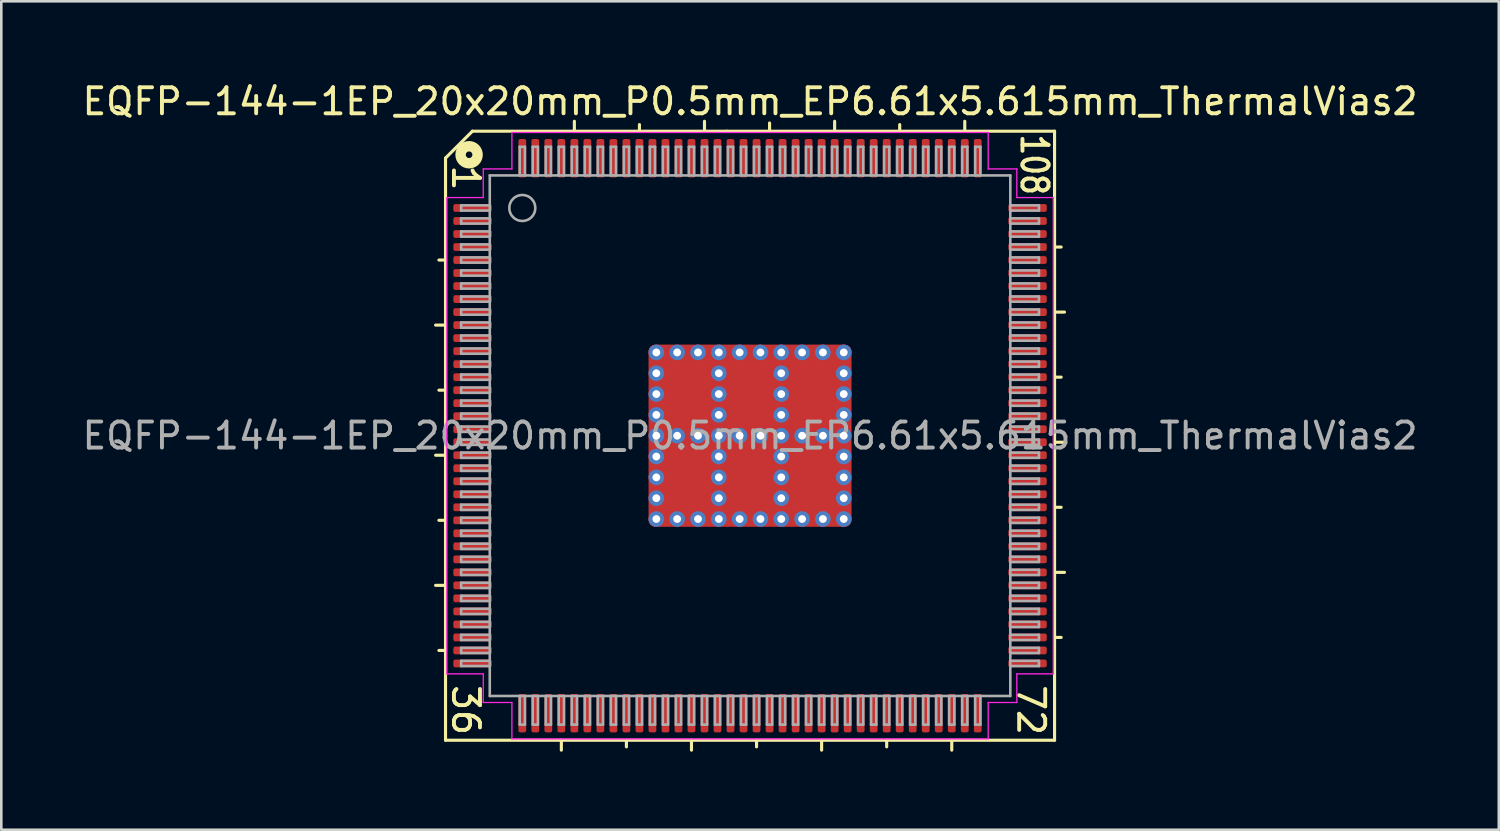
<source format=kicad_pcb>
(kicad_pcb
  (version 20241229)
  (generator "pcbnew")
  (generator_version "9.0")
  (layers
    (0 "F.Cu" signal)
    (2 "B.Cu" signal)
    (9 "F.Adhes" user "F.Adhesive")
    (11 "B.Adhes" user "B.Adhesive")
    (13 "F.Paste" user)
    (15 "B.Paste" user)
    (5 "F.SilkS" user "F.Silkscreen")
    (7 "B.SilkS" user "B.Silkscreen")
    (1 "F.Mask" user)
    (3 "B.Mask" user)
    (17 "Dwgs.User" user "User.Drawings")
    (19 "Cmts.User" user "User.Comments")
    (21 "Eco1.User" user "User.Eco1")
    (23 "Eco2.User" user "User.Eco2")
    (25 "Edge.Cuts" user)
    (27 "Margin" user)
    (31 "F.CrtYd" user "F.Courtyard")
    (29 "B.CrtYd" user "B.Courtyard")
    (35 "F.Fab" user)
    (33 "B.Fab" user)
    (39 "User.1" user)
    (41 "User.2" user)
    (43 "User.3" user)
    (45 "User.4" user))
  (footprint "EQFP-144-1EP_20x20mm_P0.5mm_EP6.61x5.615mm_ThermalVias2"
    (layer "F.Cu")
    (at 25.768 13.691)
    (property "Reference" "EQFP-144-1EP_20x20mm_P0.5mm_EP6.61x5.615mm_ThermalVias2" (at 0 -12.843 0) (layer "F.SilkS") (effects (font (size 1 1) (thickness 0.15))))
    (attr smd)
    (fp_line (start -11.7 -10.668) (end -11.7 11.7) (stroke (width 0.12) (type solid)) (layer "F.SilkS"))
    (fp_line (start -11.7 -6.75) (end -11.954 -6.75) (stroke (width 0.12) (type solid)) (layer "F.SilkS"))
    (fp_line (start -11.7 -4.25) (end -12.081 -4.25) (stroke (width 0.12) (type solid)) (layer "F.SilkS"))
    (fp_line (start -11.7 -1.75) (end -11.954 -1.75) (stroke (width 0.12) (type solid)) (layer "F.SilkS"))
    (fp_line (start -11.7 0.75) (end -12.081 0.75) (stroke (width 0.12) (type solid)) (layer "F.SilkS"))
    (fp_line (start -11.7 3.25) (end -11.954 3.25) (stroke (width 0.12) (type solid)) (layer "F.SilkS"))
    (fp_line (start -11.7 5.75) (end -12.081 5.75) (stroke (width 0.12) (type solid)) (layer "F.SilkS"))
    (fp_line (start -11.7 8.25) (end -11.954 8.25) (stroke (width 0.12) (type solid)) (layer "F.SilkS"))
    (fp_line (start -11.7 11.7) (end 11.7 11.7) (stroke (width 0.12) (type solid)) (layer "F.SilkS"))
    (fp_line (start -10.668 -11.7) (end -11.7 -10.668) (stroke (width 0.12) (type solid)) (layer "F.SilkS"))
    (fp_line (start -7.25 11.7) (end -7.25 12.081) (stroke (width 0.12) (type solid)) (layer "F.SilkS"))
    (fp_line (start -6.75 -11.7) (end -6.75 -12.081) (stroke (width 0.12) (type solid)) (layer "F.SilkS"))
    (fp_line (start -4.75 11.7) (end -4.75 11.954) (stroke (width 0.12) (type solid)) (layer "F.SilkS"))
    (fp_line (start -4.25 -11.7) (end -4.25 -11.954) (stroke (width 0.12) (type solid)) (layer "F.SilkS"))
    (fp_line (start -2.25 11.7) (end -2.25 12.081) (stroke (width 0.12) (type solid)) (layer "F.SilkS"))
    (fp_line (start -1.75 -11.7) (end -1.75 -12.081) (stroke (width 0.12) (type solid)) (layer "F.SilkS"))
    (fp_line (start -0.889 -11.7) (end -10.668 -11.7) (stroke (width 0.12) (type solid)) (layer "F.SilkS"))
    (fp_line (start 0.25 11.7) (end 0.25 11.954) (stroke (width 0.12) (type solid)) (layer "F.SilkS"))
    (fp_line (start 0.75 -11.766) (end 0.75 -12.016) (stroke (width 0.12) (type solid)) (layer "F.SilkS"))
    (fp_line (start 2.75 11.7) (end 2.75 12.081) (stroke (width 0.12) (type solid)) (layer "F.SilkS"))
    (fp_line (start 3.25 -11.7) (end 3.25 -12.081) (stroke (width 0.12) (type solid)) (layer "F.SilkS"))
    (fp_line (start 5.25 11.7) (end 5.25 11.954) (stroke (width 0.12) (type solid)) (layer "F.SilkS"))
    (fp_line (start 5.75 -11.7) (end 5.75 -11.954) (stroke (width 0.12) (type solid)) (layer "F.SilkS"))
    (fp_line (start 7.75 11.7) (end 7.75 12.081) (stroke (width 0.12) (type solid)) (layer "F.SilkS"))
    (fp_line (start 8.25 -11.7) (end 8.25 -12.081) (stroke (width 0.12) (type solid)) (layer "F.SilkS"))
    (fp_line (start 11.7 -11.7) (end -0.889 -11.7) (stroke (width 0.12) (type solid)) (layer "F.SilkS"))
    (fp_line (start 11.7 -7.25) (end 11.954 -7.25) (stroke (width 0.12) (type solid)) (layer "F.SilkS"))
    (fp_line (start 11.7 -4.75) (end 12.081 -4.75) (stroke (width 0.12) (type solid)) (layer "F.SilkS"))
    (fp_line (start 11.7 -2.25) (end 11.954 -2.25) (stroke (width 0.12) (type solid)) (layer "F.SilkS"))
    (fp_line (start 11.7 0.25) (end 12.081 0.25) (stroke (width 0.12) (type solid)) (layer "F.SilkS"))
    (fp_line (start 11.7 2.75) (end 11.954 2.75) (stroke (width 0.12) (type solid)) (layer "F.SilkS"))
    (fp_line (start 11.7 5.25) (end 12.081 5.25) (stroke (width 0.12) (type solid)) (layer "F.SilkS"))
    (fp_line (start 11.7 7.75) (end 11.954 7.75) (stroke (width 0.12) (type solid)) (layer "F.SilkS"))
    (fp_line (start 11.7 11.7) (end 11.7 -11.7) (stroke (width 0.12) (type solid)) (layer "F.SilkS"))
    (fp_circle (center -10.795 -10.795) (end -10.668 -10.795) (stroke (width 0.4) (type solid)) (fill no) (layer "F.SilkS"))
    (fp_line (start -11.65 -9.15) (end -11.65 0) (stroke (width 0.05) (type solid)) (layer "F.CrtYd"))
    (fp_line (start -11.65 9.15) (end -11.65 0) (stroke (width 0.05) (type solid)) (layer "F.CrtYd"))
    (fp_line (start -10.25 -10.25) (end -10.25 -9.15) (stroke (width 0.05) (type solid)) (layer "F.CrtYd"))
    (fp_line (start -10.25 -9.15) (end -11.65 -9.15) (stroke (width 0.05) (type solid)) (layer "F.CrtYd"))
    (fp_line (start -10.25 9.15) (end -11.65 9.15) (stroke (width 0.05) (type solid)) (layer "F.CrtYd"))
    (fp_line (start -10.25 10.25) (end -10.25 9.15) (stroke (width 0.05) (type solid)) (layer "F.CrtYd"))
    (fp_line (start -9.15 -11.65) (end -9.15 -10.25) (stroke (width 0.05) (type solid)) (layer "F.CrtYd"))
    (fp_line (start -9.15 -10.25) (end -10.25 -10.25) (stroke (width 0.05) (type solid)) (layer "F.CrtYd"))
    (fp_line (start -9.15 10.25) (end -10.25 10.25) (stroke (width 0.05) (type solid)) (layer "F.CrtYd"))
    (fp_line (start -9.15 11.65) (end -9.15 10.25) (stroke (width 0.05) (type solid)) (layer "F.CrtYd"))
    (fp_line (start 0 -11.65) (end -9.15 -11.65) (stroke (width 0.05) (type solid)) (layer "F.CrtYd"))
    (fp_line (start 0 -11.65) (end 9.15 -11.65) (stroke (width 0.05) (type solid)) (layer "F.CrtYd"))
    (fp_line (start 0 11.65) (end -9.15 11.65) (stroke (width 0.05) (type solid)) (layer "F.CrtYd"))
    (fp_line (start 0 11.65) (end 9.15 11.65) (stroke (width 0.05) (type solid)) (layer "F.CrtYd"))
    (fp_line (start 9.15 -11.65) (end 9.15 -10.25) (stroke (width 0.05) (type solid)) (layer "F.CrtYd"))
    (fp_line (start 9.15 -10.25) (end 10.25 -10.25) (stroke (width 0.05) (type solid)) (layer "F.CrtYd"))
    (fp_line (start 9.15 10.25) (end 10.25 10.25) (stroke (width 0.05) (type solid)) (layer "F.CrtYd"))
    (fp_line (start 9.15 11.65) (end 9.15 10.25) (stroke (width 0.05) (type solid)) (layer "F.CrtYd"))
    (fp_line (start 10.25 -10.25) (end 10.25 -9.15) (stroke (width 0.05) (type solid)) (layer "F.CrtYd"))
    (fp_line (start 10.25 -9.15) (end 11.65 -9.15) (stroke (width 0.05) (type solid)) (layer "F.CrtYd"))
    (fp_line (start 10.25 9.15) (end 11.65 9.15) (stroke (width 0.05) (type solid)) (layer "F.CrtYd"))
    (fp_line (start 10.25 10.25) (end 10.25 9.15) (stroke (width 0.05) (type solid)) (layer "F.CrtYd"))
    (fp_line (start 11.65 -9.15) (end 11.65 0) (stroke (width 0.05) (type solid)) (layer "F.CrtYd"))
    (fp_line (start 11.65 9.15) (end 11.65 0) (stroke (width 0.05) (type solid)) (layer "F.CrtYd"))
    (fp_line (start -11.1 -8.85) (end -11.1 -8.65) (stroke (width 0.1) (type solid)) (layer "F.Fab"))
    (fp_line (start -11.1 -8.85) (end -10 -8.85) (stroke (width 0.1) (type solid)) (layer "F.Fab"))
    (fp_line (start -11.1 -8.65) (end -10 -8.65) (stroke (width 0.1) (type solid)) (layer "F.Fab"))
    (fp_line (start -11.1 -8.35) (end -11.1 -8.15) (stroke (width 0.1) (type solid)) (layer "F.Fab"))
    (fp_line (start -11.1 -8.35) (end -10 -8.35) (stroke (width 0.1) (type solid)) (layer "F.Fab"))
    (fp_line (start -11.1 -8.15) (end -10 -8.15) (stroke (width 0.1) (type solid)) (layer "F.Fab"))
    (fp_line (start -11.1 -7.85) (end -11.1 -7.65) (stroke (width 0.1) (type solid)) (layer "F.Fab"))
    (fp_line (start -11.1 -7.85) (end -10 -7.85) (stroke (width 0.1) (type solid)) (layer "F.Fab"))
    (fp_line (start -11.1 -7.65) (end -10 -7.65) (stroke (width 0.1) (type solid)) (layer "F.Fab"))
    (fp_line (start -11.1 -7.35) (end -11.1 -7.15) (stroke (width 0.1) (type solid)) (layer "F.Fab"))
    (fp_line (start -11.1 -7.35) (end -10 -7.35) (stroke (width 0.1) (type solid)) (layer "F.Fab"))
    (fp_line (start -11.1 -7.15) (end -10 -7.15) (stroke (width 0.1) (type solid)) (layer "F.Fab"))
    (fp_line (start -11.1 -6.85) (end -11.1 -6.65) (stroke (width 0.1) (type solid)) (layer "F.Fab"))
    (fp_line (start -11.1 -6.85) (end -10 -6.85) (stroke (width 0.1) (type solid)) (layer "F.Fab"))
    (fp_line (start -11.1 -6.65) (end -10 -6.65) (stroke (width 0.1) (type solid)) (layer "F.Fab"))
    (fp_line (start -11.1 -6.35) (end -11.1 -6.15) (stroke (width 0.1) (type solid)) (layer "F.Fab"))
    (fp_line (start -11.1 -6.35) (end -10 -6.35) (stroke (width 0.1) (type solid)) (layer "F.Fab"))
    (fp_line (start -11.1 -6.15) (end -10 -6.15) (stroke (width 0.1) (type solid)) (layer "F.Fab"))
    (fp_line (start -11.1 -5.85) (end -11.1 -5.65) (stroke (width 0.1) (type solid)) (layer "F.Fab"))
    (fp_line (start -11.1 -5.85) (end -10 -5.85) (stroke (width 0.1) (type solid)) (layer "F.Fab"))
    (fp_line (start -11.1 -5.65) (end -10 -5.65) (stroke (width 0.1) (type solid)) (layer "F.Fab"))
    (fp_line (start -11.1 -5.35) (end -11.1 -5.15) (stroke (width 0.1) (type solid)) (layer "F.Fab"))
    (fp_line (start -11.1 -5.35) (end -10 -5.35) (stroke (width 0.1) (type solid)) (layer "F.Fab"))
    (fp_line (start -11.1 -5.15) (end -10 -5.15) (stroke (width 0.1) (type solid)) (layer "F.Fab"))
    (fp_line (start -11.1 -4.85) (end -11.1 -4.65) (stroke (width 0.1) (type solid)) (layer "F.Fab"))
    (fp_line (start -11.1 -4.85) (end -10 -4.85) (stroke (width 0.1) (type solid)) (layer "F.Fab"))
    (fp_line (start -11.1 -4.65) (end -10 -4.65) (stroke (width 0.1) (type solid)) (layer "F.Fab"))
    (fp_line (start -11.1 -4.35) (end -11.1 -4.15) (stroke (width 0.1) (type solid)) (layer "F.Fab"))
    (fp_line (start -11.1 -4.35) (end -10 -4.35) (stroke (width 0.1) (type solid)) (layer "F.Fab"))
    (fp_line (start -11.1 -4.15) (end -10 -4.15) (stroke (width 0.1) (type solid)) (layer "F.Fab"))
    (fp_line (start -11.1 -3.85) (end -11.1 -3.65) (stroke (width 0.1) (type solid)) (layer "F.Fab"))
    (fp_line (start -11.1 -3.85) (end -10 -3.85) (stroke (width 0.1) (type solid)) (layer "F.Fab"))
    (fp_line (start -11.1 -3.65) (end -10 -3.65) (stroke (width 0.1) (type solid)) (layer "F.Fab"))
    (fp_line (start -11.1 -3.35) (end -11.1 -3.15) (stroke (width 0.1) (type solid)) (layer "F.Fab"))
    (fp_line (start -11.1 -3.35) (end -10 -3.35) (stroke (width 0.1) (type solid)) (layer "F.Fab"))
    (fp_line (start -11.1 -3.15) (end -10 -3.15) (stroke (width 0.1) (type solid)) (layer "F.Fab"))
    (fp_line (start -11.1 -2.85) (end -11.1 -2.65) (stroke (width 0.1) (type solid)) (layer "F.Fab"))
    (fp_line (start -11.1 -2.85) (end -10 -2.85) (stroke (width 0.1) (type solid)) (layer "F.Fab"))
    (fp_line (start -11.1 -2.65) (end -10 -2.65) (stroke (width 0.1) (type solid)) (layer "F.Fab"))
    (fp_line (start -11.1 -2.35) (end -11.1 -2.15) (stroke (width 0.1) (type solid)) (layer "F.Fab"))
    (fp_line (start -11.1 -2.35) (end -10 -2.35) (stroke (width 0.1) (type solid)) (layer "F.Fab"))
    (fp_line (start -11.1 -2.15) (end -10 -2.15) (stroke (width 0.1) (type solid)) (layer "F.Fab"))
    (fp_line (start -11.1 -1.85) (end -11.1 -1.65) (stroke (width 0.1) (type solid)) (layer "F.Fab"))
    (fp_line (start -11.1 -1.85) (end -10 -1.85) (stroke (width 0.1) (type solid)) (layer "F.Fab"))
    (fp_line (start -11.1 -1.65) (end -10 -1.65) (stroke (width 0.1) (type solid)) (layer "F.Fab"))
    (fp_line (start -11.1 -1.35) (end -11.1 -1.15) (stroke (width 0.1) (type solid)) (layer "F.Fab"))
    (fp_line (start -11.1 -1.35) (end -10 -1.35) (stroke (width 0.1) (type solid)) (layer "F.Fab"))
    (fp_line (start -11.1 -1.15) (end -10 -1.15) (stroke (width 0.1) (type solid)) (layer "F.Fab"))
    (fp_line (start -11.1 -0.85) (end -11.1 -0.65) (stroke (width 0.1) (type solid)) (layer "F.Fab"))
    (fp_line (start -11.1 -0.85) (end -10 -0.85) (stroke (width 0.1) (type solid)) (layer "F.Fab"))
    (fp_line (start -11.1 -0.65) (end -10 -0.65) (stroke (width 0.1) (type solid)) (layer "F.Fab"))
    (fp_line (start -11.1 -0.35) (end -11.1 -0.15) (stroke (width 0.1) (type solid)) (layer "F.Fab"))
    (fp_line (start -11.1 -0.35) (end -10 -0.35) (stroke (width 0.1) (type solid)) (layer "F.Fab"))
    (fp_line (start -11.1 -0.15) (end -10 -0.15) (stroke (width 0.1) (type solid)) (layer "F.Fab"))
    (fp_line (start -11.1 0.15) (end -11.1 0.35) (stroke (width 0.1) (type solid)) (layer "F.Fab"))
    (fp_line (start -11.1 0.15) (end -10 0.15) (stroke (width 0.1) (type solid)) (layer "F.Fab"))
    (fp_line (start -11.1 0.35) (end -10 0.35) (stroke (width 0.1) (type solid)) (layer "F.Fab"))
    (fp_line (start -11.1 0.65) (end -11.1 0.85) (stroke (width 0.1) (type solid)) (layer "F.Fab"))
    (fp_line (start -11.1 0.65) (end -10 0.65) (stroke (width 0.1) (type solid)) (layer "F.Fab"))
    (fp_line (start -11.1 0.85) (end -10 0.85) (stroke (width 0.1) (type solid)) (layer "F.Fab"))
    (fp_line (start -11.1 1.15) (end -11.1 1.35) (stroke (width 0.1) (type solid)) (layer "F.Fab"))
    (fp_line (start -11.1 1.15) (end -10 1.15) (stroke (width 0.1) (type solid)) (layer "F.Fab"))
    (fp_line (start -11.1 1.35) (end -10 1.35) (stroke (width 0.1) (type solid)) (layer "F.Fab"))
    (fp_line (start -11.1 1.65) (end -11.1 1.85) (stroke (width 0.1) (type solid)) (layer "F.Fab"))
    (fp_line (start -11.1 1.65) (end -10 1.65) (stroke (width 0.1) (type solid)) (layer "F.Fab"))
    (fp_line (start -11.1 1.85) (end -10 1.85) (stroke (width 0.1) (type solid)) (layer "F.Fab"))
    (fp_line (start -11.1 2.15) (end -11.1 2.35) (stroke (width 0.1) (type solid)) (layer "F.Fab"))
    (fp_line (start -11.1 2.15) (end -10 2.15) (stroke (width 0.1) (type solid)) (layer "F.Fab"))
    (fp_line (start -11.1 2.35) (end -10 2.35) (stroke (width 0.1) (type solid)) (layer "F.Fab"))
    (fp_line (start -11.1 2.65) (end -11.1 2.85) (stroke (width 0.1) (type solid)) (layer "F.Fab"))
    (fp_line (start -11.1 2.65) (end -10 2.65) (stroke (width 0.1) (type solid)) (layer "F.Fab"))
    (fp_line (start -11.1 2.85) (end -10 2.85) (stroke (width 0.1) (type solid)) (layer "F.Fab"))
    (fp_line (start -11.1 3.15) (end -11.1 3.35) (stroke (width 0.1) (type solid)) (layer "F.Fab"))
    (fp_line (start -11.1 3.15) (end -10 3.15) (stroke (width 0.1) (type solid)) (layer "F.Fab"))
    (fp_line (start -11.1 3.35) (end -10 3.35) (stroke (width 0.1) (type solid)) (layer "F.Fab"))
    (fp_line (start -11.1 3.65) (end -11.1 3.85) (stroke (width 0.1) (type solid)) (layer "F.Fab"))
    (fp_line (start -11.1 3.65) (end -10 3.65) (stroke (width 0.1) (type solid)) (layer "F.Fab"))
    (fp_line (start -11.1 3.85) (end -10 3.85) (stroke (width 0.1) (type solid)) (layer "F.Fab"))
    (fp_line (start -11.1 4.15) (end -11.1 4.35) (stroke (width 0.1) (type solid)) (layer "F.Fab"))
    (fp_line (start -11.1 4.15) (end -10 4.15) (stroke (width 0.1) (type solid)) (layer "F.Fab"))
    (fp_line (start -11.1 4.35) (end -10 4.35) (stroke (width 0.1) (type solid)) (layer "F.Fab"))
    (fp_line (start -11.1 4.65) (end -11.1 4.85) (stroke (width 0.1) (type solid)) (layer "F.Fab"))
    (fp_line (start -11.1 4.65) (end -10 4.65) (stroke (width 0.1) (type solid)) (layer "F.Fab"))
    (fp_line (start -11.1 4.85) (end -10 4.85) (stroke (width 0.1) (type solid)) (layer "F.Fab"))
    (fp_line (start -11.1 5.15) (end -11.1 5.35) (stroke (width 0.1) (type solid)) (layer "F.Fab"))
    (fp_line (start -11.1 5.15) (end -10 5.15) (stroke (width 0.1) (type solid)) (layer "F.Fab"))
    (fp_line (start -11.1 5.35) (end -10 5.35) (stroke (width 0.1) (type solid)) (layer "F.Fab"))
    (fp_line (start -11.1 5.65) (end -11.1 5.85) (stroke (width 0.1) (type solid)) (layer "F.Fab"))
    (fp_line (start -11.1 5.65) (end -10 5.65) (stroke (width 0.1) (type solid)) (layer "F.Fab"))
    (fp_line (start -11.1 5.85) (end -10 5.85) (stroke (width 0.1) (type solid)) (layer "F.Fab"))
    (fp_line (start -11.1 6.15) (end -11.1 6.35) (stroke (width 0.1) (type solid)) (layer "F.Fab"))
    (fp_line (start -11.1 6.15) (end -10 6.15) (stroke (width 0.1) (type solid)) (layer "F.Fab"))
    (fp_line (start -11.1 6.35) (end -10 6.35) (stroke (width 0.1) (type solid)) (layer "F.Fab"))
    (fp_line (start -11.1 6.65) (end -11.1 6.85) (stroke (width 0.1) (type solid)) (layer "F.Fab"))
    (fp_line (start -11.1 6.65) (end -10 6.65) (stroke (width 0.1) (type solid)) (layer "F.Fab"))
    (fp_line (start -11.1 6.85) (end -10 6.85) (stroke (width 0.1) (type solid)) (layer "F.Fab"))
    (fp_line (start -11.1 7.15) (end -11.1 7.35) (stroke (width 0.1) (type solid)) (layer "F.Fab"))
    (fp_line (start -11.1 7.15) (end -10 7.15) (stroke (width 0.1) (type solid)) (layer "F.Fab"))
    (fp_line (start -11.1 7.35) (end -10 7.35) (stroke (width 0.1) (type solid)) (layer "F.Fab"))
    (fp_line (start -11.1 7.65) (end -11.1 7.85) (stroke (width 0.1) (type solid)) (layer "F.Fab"))
    (fp_line (start -11.1 7.65) (end -10 7.65) (stroke (width 0.1) (type solid)) (layer "F.Fab"))
    (fp_line (start -11.1 7.85) (end -10 7.85) (stroke (width 0.1) (type solid)) (layer "F.Fab"))
    (fp_line (start -11.1 8.15) (end -11.1 8.35) (stroke (width 0.1) (type solid)) (layer "F.Fab"))
    (fp_line (start -11.1 8.15) (end -10 8.15) (stroke (width 0.1) (type solid)) (layer "F.Fab"))
    (fp_line (start -11.1 8.35) (end -10 8.35) (stroke (width 0.1) (type solid)) (layer "F.Fab"))
    (fp_line (start -11.1 8.65) (end -11.1 8.85) (stroke (width 0.1) (type solid)) (layer "F.Fab"))
    (fp_line (start -11.1 8.65) (end -10 8.65) (stroke (width 0.1) (type solid)) (layer "F.Fab"))
    (fp_line (start -11.1 8.85) (end -10 8.85) (stroke (width 0.1) (type solid)) (layer "F.Fab"))
    (fp_line (start -10 -10) (end 10 -10) (stroke (width 0.1) (type solid)) (layer "F.Fab"))
    (fp_line (start -10 10) (end -10 -10) (stroke (width 0.1) (type solid)) (layer "F.Fab"))
    (fp_line (start -8.85 -11.1) (end -8.85 -10) (stroke (width 0.1) (type solid)) (layer "F.Fab"))
    (fp_line (start -8.85 11.1) (end -8.85 10) (stroke (width 0.1) (type solid)) (layer "F.Fab"))
    (fp_line (start -8.85 11.1) (end -8.65 11.1) (stroke (width 0.1) (type solid)) (layer "F.Fab"))
    (fp_line (start -8.65 -11.1) (end -8.85 -11.1) (stroke (width 0.1) (type solid)) (layer "F.Fab"))
    (fp_line (start -8.65 -11.1) (end -8.65 -10) (stroke (width 0.1) (type solid)) (layer "F.Fab"))
    (fp_line (start -8.65 11.1) (end -8.65 10) (stroke (width 0.1) (type solid)) (layer "F.Fab"))
    (fp_line (start -8.35 -11.1) (end -8.35 -10) (stroke (width 0.1) (type solid)) (layer "F.Fab"))
    (fp_line (start -8.35 11.1) (end -8.35 10) (stroke (width 0.1) (type solid)) (layer "F.Fab"))
    (fp_line (start -8.35 11.1) (end -8.15 11.1) (stroke (width 0.1) (type solid)) (layer "F.Fab"))
    (fp_line (start -8.15 -11.1) (end -8.35 -11.1) (stroke (width 0.1) (type solid)) (layer "F.Fab"))
    (fp_line (start -8.15 -11.1) (end -8.15 -10) (stroke (width 0.1) (type solid)) (layer "F.Fab"))
    (fp_line (start -8.15 11.1) (end -8.15 10) (stroke (width 0.1) (type solid)) (layer "F.Fab"))
    (fp_line (start -7.85 -11.1) (end -7.85 -10) (stroke (width 0.1) (type solid)) (layer "F.Fab"))
    (fp_line (start -7.85 11.1) (end -7.85 10) (stroke (width 0.1) (type solid)) (layer "F.Fab"))
    (fp_line (start -7.85 11.1) (end -7.65 11.1) (stroke (width 0.1) (type solid)) (layer "F.Fab"))
    (fp_line (start -7.65 -11.1) (end -7.85 -11.1) (stroke (width 0.1) (type solid)) (layer "F.Fab"))
    (fp_line (start -7.65 -11.1) (end -7.65 -10) (stroke (width 0.1) (type solid)) (layer "F.Fab"))
    (fp_line (start -7.65 11.1) (end -7.65 10) (stroke (width 0.1) (type solid)) (layer "F.Fab"))
    (fp_line (start -7.35 -11.1) (end -7.35 -10) (stroke (width 0.1) (type solid)) (layer "F.Fab"))
    (fp_line (start -7.35 11.1) (end -7.35 10) (stroke (width 0.1) (type solid)) (layer "F.Fab"))
    (fp_line (start -7.35 11.1) (end -7.15 11.1) (stroke (width 0.1) (type solid)) (layer "F.Fab"))
    (fp_line (start -7.15 -11.1) (end -7.35 -11.1) (stroke (width 0.1) (type solid)) (layer "F.Fab"))
    (fp_line (start -7.15 -11.1) (end -7.15 -10) (stroke (width 0.1) (type solid)) (layer "F.Fab"))
    (fp_line (start -7.15 11.1) (end -7.15 10) (stroke (width 0.1) (type solid)) (layer "F.Fab"))
    (fp_line (start -6.85 -11.1) (end -6.85 -10) (stroke (width 0.1) (type solid)) (layer "F.Fab"))
    (fp_line (start -6.85 11.1) (end -6.85 10) (stroke (width 0.1) (type solid)) (layer "F.Fab"))
    (fp_line (start -6.85 11.1) (end -6.65 11.1) (stroke (width 0.1) (type solid)) (layer "F.Fab"))
    (fp_line (start -6.65 -11.1) (end -6.85 -11.1) (stroke (width 0.1) (type solid)) (layer "F.Fab"))
    (fp_line (start -6.65 -11.1) (end -6.65 -10) (stroke (width 0.1) (type solid)) (layer "F.Fab"))
    (fp_line (start -6.65 11.1) (end -6.65 10) (stroke (width 0.1) (type solid)) (layer "F.Fab"))
    (fp_line (start -6.35 -11.1) (end -6.35 -10) (stroke (width 0.1) (type solid)) (layer "F.Fab"))
    (fp_line (start -6.35 11.1) (end -6.35 10) (stroke (width 0.1) (type solid)) (layer "F.Fab"))
    (fp_line (start -6.35 11.1) (end -6.15 11.1) (stroke (width 0.1) (type solid)) (layer "F.Fab"))
    (fp_line (start -6.15 -11.1) (end -6.35 -11.1) (stroke (width 0.1) (type solid)) (layer "F.Fab"))
    (fp_line (start -6.15 -11.1) (end -6.15 -10) (stroke (width 0.1) (type solid)) (layer "F.Fab"))
    (fp_line (start -6.15 11.1) (end -6.15 10) (stroke (width 0.1) (type solid)) (layer "F.Fab"))
    (fp_line (start -5.85 -11.1) (end -5.85 -10) (stroke (width 0.1) (type solid)) (layer "F.Fab"))
    (fp_line (start -5.85 11.1) (end -5.85 10) (stroke (width 0.1) (type solid)) (layer "F.Fab"))
    (fp_line (start -5.85 11.1) (end -5.65 11.1) (stroke (width 0.1) (type solid)) (layer "F.Fab"))
    (fp_line (start -5.65 -11.1) (end -5.85 -11.1) (stroke (width 0.1) (type solid)) (layer "F.Fab"))
    (fp_line (start -5.65 -11.1) (end -5.65 -10) (stroke (width 0.1) (type solid)) (layer "F.Fab"))
    (fp_line (start -5.65 11.1) (end -5.65 10) (stroke (width 0.1) (type solid)) (layer "F.Fab"))
    (fp_line (start -5.35 -11.1) (end -5.35 -10) (stroke (width 0.1) (type solid)) (layer "F.Fab"))
    (fp_line (start -5.35 11.1) (end -5.35 10) (stroke (width 0.1) (type solid)) (layer "F.Fab"))
    (fp_line (start -5.35 11.1) (end -5.15 11.1) (stroke (width 0.1) (type solid)) (layer "F.Fab"))
    (fp_line (start -5.15 -11.1) (end -5.35 -11.1) (stroke (width 0.1) (type solid)) (layer "F.Fab"))
    (fp_line (start -5.15 -11.1) (end -5.15 -10) (stroke (width 0.1) (type solid)) (layer "F.Fab"))
    (fp_line (start -5.15 11.1) (end -5.15 10) (stroke (width 0.1) (type solid)) (layer "F.Fab"))
    (fp_line (start -4.85 -11.1) (end -4.85 -10) (stroke (width 0.1) (type solid)) (layer "F.Fab"))
    (fp_line (start -4.85 11.1) (end -4.85 10) (stroke (width 0.1) (type solid)) (layer "F.Fab"))
    (fp_line (start -4.85 11.1) (end -4.65 11.1) (stroke (width 0.1) (type solid)) (layer "F.Fab"))
    (fp_line (start -4.65 -11.1) (end -4.85 -11.1) (stroke (width 0.1) (type solid)) (layer "F.Fab"))
    (fp_line (start -4.65 -11.1) (end -4.65 -10) (stroke (width 0.1) (type solid)) (layer "F.Fab"))
    (fp_line (start -4.65 11.1) (end -4.65 10) (stroke (width 0.1) (type solid)) (layer "F.Fab"))
    (fp_line (start -4.35 -11.1) (end -4.35 -10) (stroke (width 0.1) (type solid)) (layer "F.Fab"))
    (fp_line (start -4.35 11.1) (end -4.35 10) (stroke (width 0.1) (type solid)) (layer "F.Fab"))
    (fp_line (start -4.35 11.1) (end -4.15 11.1) (stroke (width 0.1) (type solid)) (layer "F.Fab"))
    (fp_line (start -4.15 -11.1) (end -4.35 -11.1) (stroke (width 0.1) (type solid)) (layer "F.Fab"))
    (fp_line (start -4.15 -11.1) (end -4.15 -10) (stroke (width 0.1) (type solid)) (layer "F.Fab"))
    (fp_line (start -4.15 11.1) (end -4.15 10) (stroke (width 0.1) (type solid)) (layer "F.Fab"))
    (fp_line (start -3.85 -11.1) (end -3.85 -10) (stroke (width 0.1) (type solid)) (layer "F.Fab"))
    (fp_line (start -3.85 11.1) (end -3.85 10) (stroke (width 0.1) (type solid)) (layer "F.Fab"))
    (fp_line (start -3.85 11.1) (end -3.65 11.1) (stroke (width 0.1) (type solid)) (layer "F.Fab"))
    (fp_line (start -3.65 -11.1) (end -3.85 -11.1) (stroke (width 0.1) (type solid)) (layer "F.Fab"))
    (fp_line (start -3.65 -11.1) (end -3.65 -10) (stroke (width 0.1) (type solid)) (layer "F.Fab"))
    (fp_line (start -3.65 11.1) (end -3.65 10) (stroke (width 0.1) (type solid)) (layer "F.Fab"))
    (fp_line (start -3.35 -11.1) (end -3.35 -10) (stroke (width 0.1) (type solid)) (layer "F.Fab"))
    (fp_line (start -3.35 11.1) (end -3.35 10) (stroke (width 0.1) (type solid)) (layer "F.Fab"))
    (fp_line (start -3.35 11.1) (end -3.15 11.1) (stroke (width 0.1) (type solid)) (layer "F.Fab"))
    (fp_line (start -3.15 -11.1) (end -3.35 -11.1) (stroke (width 0.1) (type solid)) (layer "F.Fab"))
    (fp_line (start -3.15 -11.1) (end -3.15 -10) (stroke (width 0.1) (type solid)) (layer "F.Fab"))
    (fp_line (start -3.15 11.1) (end -3.15 10) (stroke (width 0.1) (type solid)) (layer "F.Fab"))
    (fp_line (start -2.85 -11.1) (end -2.85 -10) (stroke (width 0.1) (type solid)) (layer "F.Fab"))
    (fp_line (start -2.85 11.1) (end -2.85 10) (stroke (width 0.1) (type solid)) (layer "F.Fab"))
    (fp_line (start -2.85 11.1) (end -2.65 11.1) (stroke (width 0.1) (type solid)) (layer "F.Fab"))
    (fp_line (start -2.65 -11.1) (end -2.85 -11.1) (stroke (width 0.1) (type solid)) (layer "F.Fab"))
    (fp_line (start -2.65 -11.1) (end -2.65 -10) (stroke (width 0.1) (type solid)) (layer "F.Fab"))
    (fp_line (start -2.65 11.1) (end -2.65 10) (stroke (width 0.1) (type solid)) (layer "F.Fab"))
    (fp_line (start -2.35 -11.1) (end -2.35 -10) (stroke (width 0.1) (type solid)) (layer "F.Fab"))
    (fp_line (start -2.35 11.1) (end -2.35 10) (stroke (width 0.1) (type solid)) (layer "F.Fab"))
    (fp_line (start -2.35 11.1) (end -2.15 11.1) (stroke (width 0.1) (type solid)) (layer "F.Fab"))
    (fp_line (start -2.15 -11.1) (end -2.35 -11.1) (stroke (width 0.1) (type solid)) (layer "F.Fab"))
    (fp_line (start -2.15 -11.1) (end -2.15 -10) (stroke (width 0.1) (type solid)) (layer "F.Fab"))
    (fp_line (start -2.15 11.1) (end -2.15 10) (stroke (width 0.1) (type solid)) (layer "F.Fab"))
    (fp_line (start -1.85 -11.1) (end -1.85 -10) (stroke (width 0.1) (type solid)) (layer "F.Fab"))
    (fp_line (start -1.85 11.1) (end -1.85 10) (stroke (width 0.1) (type solid)) (layer "F.Fab"))
    (fp_line (start -1.85 11.1) (end -1.65 11.1) (stroke (width 0.1) (type solid)) (layer "F.Fab"))
    (fp_line (start -1.65 -11.1) (end -1.85 -11.1) (stroke (width 0.1) (type solid)) (layer "F.Fab"))
    (fp_line (start -1.65 -11.1) (end -1.65 -10) (stroke (width 0.1) (type solid)) (layer "F.Fab"))
    (fp_line (start -1.65 11.1) (end -1.65 10) (stroke (width 0.1) (type solid)) (layer "F.Fab"))
    (fp_line (start -1.35 -11.1) (end -1.35 -10) (stroke (width 0.1) (type solid)) (layer "F.Fab"))
    (fp_line (start -1.35 11.1) (end -1.35 10) (stroke (width 0.1) (type solid)) (layer "F.Fab"))
    (fp_line (start -1.35 11.1) (end -1.15 11.1) (stroke (width 0.1) (type solid)) (layer "F.Fab"))
    (fp_line (start -1.15 -11.1) (end -1.35 -11.1) (stroke (width 0.1) (type solid)) (layer "F.Fab"))
    (fp_line (start -1.15 -11.1) (end -1.15 -10) (stroke (width 0.1) (type solid)) (layer "F.Fab"))
    (fp_line (start -1.15 11.1) (end -1.15 10) (stroke (width 0.1) (type solid)) (layer "F.Fab"))
    (fp_line (start -0.85 -11.1) (end -0.85 -10) (stroke (width 0.1) (type solid)) (layer "F.Fab"))
    (fp_line (start -0.85 11.1) (end -0.85 10) (stroke (width 0.1) (type solid)) (layer "F.Fab"))
    (fp_line (start -0.85 11.1) (end -0.65 11.1) (stroke (width 0.1) (type solid)) (layer "F.Fab"))
    (fp_line (start -0.65 -11.1) (end -0.85 -11.1) (stroke (width 0.1) (type solid)) (layer "F.Fab"))
    (fp_line (start -0.65 -11.1) (end -0.65 -10) (stroke (width 0.1) (type solid)) (layer "F.Fab"))
    (fp_line (start -0.65 11.1) (end -0.65 10) (stroke (width 0.1) (type solid)) (layer "F.Fab"))
    (fp_line (start -0.35 -11.1) (end -0.35 -10) (stroke (width 0.1) (type solid)) (layer "F.Fab"))
    (fp_line (start -0.35 11.1) (end -0.35 10) (stroke (width 0.1) (type solid)) (layer "F.Fab"))
    (fp_line (start -0.35 11.1) (end -0.15 11.1) (stroke (width 0.1) (type solid)) (layer "F.Fab"))
    (fp_line (start -0.15 -11.1) (end -0.35 -11.1) (stroke (width 0.1) (type solid)) (layer "F.Fab"))
    (fp_line (start -0.15 -11.1) (end -0.15 -10) (stroke (width 0.1) (type solid)) (layer "F.Fab"))
    (fp_line (start -0.15 11.1) (end -0.15 10) (stroke (width 0.1) (type solid)) (layer "F.Fab"))
    (fp_line (start 0.15 -11.1) (end 0.15 -10) (stroke (width 0.1) (type solid)) (layer "F.Fab"))
    (fp_line (start 0.15 11.1) (end 0.15 10) (stroke (width 0.1) (type solid)) (layer "F.Fab"))
    (fp_line (start 0.15 11.1) (end 0.35 11.1) (stroke (width 0.1) (type solid)) (layer "F.Fab"))
    (fp_line (start 0.35 -11.1) (end 0.15 -11.1) (stroke (width 0.1) (type solid)) (layer "F.Fab"))
    (fp_line (start 0.35 -11.1) (end 0.35 -10) (stroke (width 0.1) (type solid)) (layer "F.Fab"))
    (fp_line (start 0.35 11.1) (end 0.35 10) (stroke (width 0.1) (type solid)) (layer "F.Fab"))
    (fp_line (start 0.65 -11.1) (end 0.65 -10) (stroke (width 0.1) (type solid)) (layer "F.Fab"))
    (fp_line (start 0.65 11.1) (end 0.65 10) (stroke (width 0.1) (type solid)) (layer "F.Fab"))
    (fp_line (start 0.65 11.1) (end 0.85 11.1) (stroke (width 0.1) (type solid)) (layer "F.Fab"))
    (fp_line (start 0.85 -11.1) (end 0.65 -11.1) (stroke (width 0.1) (type solid)) (layer "F.Fab"))
    (fp_line (start 0.85 -11.1) (end 0.85 -10) (stroke (width 0.1) (type solid)) (layer "F.Fab"))
    (fp_line (start 0.85 11.1) (end 0.85 10) (stroke (width 0.1) (type solid)) (layer "F.Fab"))
    (fp_line (start 1.15 -11.1) (end 1.15 -10) (stroke (width 0.1) (type solid)) (layer "F.Fab"))
    (fp_line (start 1.15 11.1) (end 1.15 10) (stroke (width 0.1) (type solid)) (layer "F.Fab"))
    (fp_line (start 1.15 11.1) (end 1.35 11.1) (stroke (width 0.1) (type solid)) (layer "F.Fab"))
    (fp_line (start 1.35 -11.1) (end 1.15 -11.1) (stroke (width 0.1) (type solid)) (layer "F.Fab"))
    (fp_line (start 1.35 -11.1) (end 1.35 -10) (stroke (width 0.1) (type solid)) (layer "F.Fab"))
    (fp_line (start 1.35 11.1) (end 1.35 10) (stroke (width 0.1) (type solid)) (layer "F.Fab"))
    (fp_line (start 1.65 -11.1) (end 1.65 -10) (stroke (width 0.1) (type solid)) (layer "F.Fab"))
    (fp_line (start 1.65 11.1) (end 1.65 10) (stroke (width 0.1) (type solid)) (layer "F.Fab"))
    (fp_line (start 1.65 11.1) (end 1.85 11.1) (stroke (width 0.1) (type solid)) (layer "F.Fab"))
    (fp_line (start 1.85 -11.1) (end 1.65 -11.1) (stroke (width 0.1) (type solid)) (layer "F.Fab"))
    (fp_line (start 1.85 -11.1) (end 1.85 -10) (stroke (width 0.1) (type solid)) (layer "F.Fab"))
    (fp_line (start 1.85 11.1) (end 1.85 10) (stroke (width 0.1) (type solid)) (layer "F.Fab"))
    (fp_line (start 2.15 -11.1) (end 2.15 -10) (stroke (width 0.1) (type solid)) (layer "F.Fab"))
    (fp_line (start 2.15 11.1) (end 2.15 10) (stroke (width 0.1) (type solid)) (layer "F.Fab"))
    (fp_line (start 2.15 11.1) (end 2.35 11.1) (stroke (width 0.1) (type solid)) (layer "F.Fab"))
    (fp_line (start 2.35 -11.1) (end 2.15 -11.1) (stroke (width 0.1) (type solid)) (layer "F.Fab"))
    (fp_line (start 2.35 -11.1) (end 2.35 -10) (stroke (width 0.1) (type solid)) (layer "F.Fab"))
    (fp_line (start 2.35 11.1) (end 2.35 10) (stroke (width 0.1) (type solid)) (layer "F.Fab"))
    (fp_line (start 2.65 -11.1) (end 2.65 -10) (stroke (width 0.1) (type solid)) (layer "F.Fab"))
    (fp_line (start 2.65 11.1) (end 2.65 10) (stroke (width 0.1) (type solid)) (layer "F.Fab"))
    (fp_line (start 2.65 11.1) (end 2.85 11.1) (stroke (width 0.1) (type solid)) (layer "F.Fab"))
    (fp_line (start 2.85 -11.1) (end 2.65 -11.1) (stroke (width 0.1) (type solid)) (layer "F.Fab"))
    (fp_line (start 2.85 -11.1) (end 2.85 -10) (stroke (width 0.1) (type solid)) (layer "F.Fab"))
    (fp_line (start 2.85 11.1) (end 2.85 10) (stroke (width 0.1) (type solid)) (layer "F.Fab"))
    (fp_line (start 3.15 -11.1) (end 3.15 -10) (stroke (width 0.1) (type solid)) (layer "F.Fab"))
    (fp_line (start 3.15 11.1) (end 3.15 10) (stroke (width 0.1) (type solid)) (layer "F.Fab"))
    (fp_line (start 3.15 11.1) (end 3.35 11.1) (stroke (width 0.1) (type solid)) (layer "F.Fab"))
    (fp_line (start 3.35 -11.1) (end 3.15 -11.1) (stroke (width 0.1) (type solid)) (layer "F.Fab"))
    (fp_line (start 3.35 -11.1) (end 3.35 -10) (stroke (width 0.1) (type solid)) (layer "F.Fab"))
    (fp_line (start 3.35 11.1) (end 3.35 10) (stroke (width 0.1) (type solid)) (layer "F.Fab"))
    (fp_line (start 3.65 -11.1) (end 3.65 -10) (stroke (width 0.1) (type solid)) (layer "F.Fab"))
    (fp_line (start 3.65 11.1) (end 3.65 10) (stroke (width 0.1) (type solid)) (layer "F.Fab"))
    (fp_line (start 3.65 11.1) (end 3.85 11.1) (stroke (width 0.1) (type solid)) (layer "F.Fab"))
    (fp_line (start 3.85 -11.1) (end 3.65 -11.1) (stroke (width 0.1) (type solid)) (layer "F.Fab"))
    (fp_line (start 3.85 -11.1) (end 3.85 -10) (stroke (width 0.1) (type solid)) (layer "F.Fab"))
    (fp_line (start 3.85 11.1) (end 3.85 10) (stroke (width 0.1) (type solid)) (layer "F.Fab"))
    (fp_line (start 4.15 -11.1) (end 4.15 -10) (stroke (width 0.1) (type solid)) (layer "F.Fab"))
    (fp_line (start 4.15 11.1) (end 4.15 10) (stroke (width 0.1) (type solid)) (layer "F.Fab"))
    (fp_line (start 4.15 11.1) (end 4.35 11.1) (stroke (width 0.1) (type solid)) (layer "F.Fab"))
    (fp_line (start 4.35 -11.1) (end 4.15 -11.1) (stroke (width 0.1) (type solid)) (layer "F.Fab"))
    (fp_line (start 4.35 -11.1) (end 4.35 -10) (stroke (width 0.1) (type solid)) (layer "F.Fab"))
    (fp_line (start 4.35 11.1) (end 4.35 10) (stroke (width 0.1) (type solid)) (layer "F.Fab"))
    (fp_line (start 4.65 -11.1) (end 4.65 -10) (stroke (width 0.1) (type solid)) (layer "F.Fab"))
    (fp_line (start 4.65 11.1) (end 4.65 10) (stroke (width 0.1) (type solid)) (layer "F.Fab"))
    (fp_line (start 4.65 11.1) (end 4.85 11.1) (stroke (width 0.1) (type solid)) (layer "F.Fab"))
    (fp_line (start 4.85 -11.1) (end 4.65 -11.1) (stroke (width 0.1) (type solid)) (layer "F.Fab"))
    (fp_line (start 4.85 -11.1) (end 4.85 -10) (stroke (width 0.1) (type solid)) (layer "F.Fab"))
    (fp_line (start 4.85 11.1) (end 4.85 10) (stroke (width 0.1) (type solid)) (layer "F.Fab"))
    (fp_line (start 5.15 -11.1) (end 5.15 -10) (stroke (width 0.1) (type solid)) (layer "F.Fab"))
    (fp_line (start 5.15 11.1) (end 5.15 10) (stroke (width 0.1) (type solid)) (layer "F.Fab"))
    (fp_line (start 5.15 11.1) (end 5.35 11.1) (stroke (width 0.1) (type solid)) (layer "F.Fab"))
    (fp_line (start 5.35 -11.1) (end 5.15 -11.1) (stroke (width 0.1) (type solid)) (layer "F.Fab"))
    (fp_line (start 5.35 -11.1) (end 5.35 -10) (stroke (width 0.1) (type solid)) (layer "F.Fab"))
    (fp_line (start 5.35 11.1) (end 5.35 10) (stroke (width 0.1) (type solid)) (layer "F.Fab"))
    (fp_line (start 5.65 -11.1) (end 5.65 -10) (stroke (width 0.1) (type solid)) (layer "F.Fab"))
    (fp_line (start 5.65 11.1) (end 5.65 10) (stroke (width 0.1) (type solid)) (layer "F.Fab"))
    (fp_line (start 5.65 11.1) (end 5.85 11.1) (stroke (width 0.1) (type solid)) (layer "F.Fab"))
    (fp_line (start 5.85 -11.1) (end 5.65 -11.1) (stroke (width 0.1) (type solid)) (layer "F.Fab"))
    (fp_line (start 5.85 -11.1) (end 5.85 -10) (stroke (width 0.1) (type solid)) (layer "F.Fab"))
    (fp_line (start 5.85 11.1) (end 5.85 10) (stroke (width 0.1) (type solid)) (layer "F.Fab"))
    (fp_line (start 6.15 -11.1) (end 6.15 -10) (stroke (width 0.1) (type solid)) (layer "F.Fab"))
    (fp_line (start 6.15 11.1) (end 6.15 10) (stroke (width 0.1) (type solid)) (layer "F.Fab"))
    (fp_line (start 6.15 11.1) (end 6.35 11.1) (stroke (width 0.1) (type solid)) (layer "F.Fab"))
    (fp_line (start 6.35 -11.1) (end 6.15 -11.1) (stroke (width 0.1) (type solid)) (layer "F.Fab"))
    (fp_line (start 6.35 -11.1) (end 6.35 -10) (stroke (width 0.1) (type solid)) (layer "F.Fab"))
    (fp_line (start 6.35 11.1) (end 6.35 10) (stroke (width 0.1) (type solid)) (layer "F.Fab"))
    (fp_line (start 6.65 -11.1) (end 6.65 -10) (stroke (width 0.1) (type solid)) (layer "F.Fab"))
    (fp_line (start 6.65 11.1) (end 6.65 10) (stroke (width 0.1) (type solid)) (layer "F.Fab"))
    (fp_line (start 6.65 11.1) (end 6.85 11.1) (stroke (width 0.1) (type solid)) (layer "F.Fab"))
    (fp_line (start 6.85 -11.1) (end 6.65 -11.1) (stroke (width 0.1) (type solid)) (layer "F.Fab"))
    (fp_line (start 6.85 -11.1) (end 6.85 -10) (stroke (width 0.1) (type solid)) (layer "F.Fab"))
    (fp_line (start 6.85 11.1) (end 6.85 10) (stroke (width 0.1) (type solid)) (layer "F.Fab"))
    (fp_line (start 7.15 -11.1) (end 7.15 -10) (stroke (width 0.1) (type solid)) (layer "F.Fab"))
    (fp_line (start 7.15 11.1) (end 7.15 10) (stroke (width 0.1) (type solid)) (layer "F.Fab"))
    (fp_line (start 7.15 11.1) (end 7.35 11.1) (stroke (width 0.1) (type solid)) (layer "F.Fab"))
    (fp_line (start 7.35 -11.1) (end 7.15 -11.1) (stroke (width 0.1) (type solid)) (layer "F.Fab"))
    (fp_line (start 7.35 -11.1) (end 7.35 -10) (stroke (width 0.1) (type solid)) (layer "F.Fab"))
    (fp_line (start 7.35 11.1) (end 7.35 10) (stroke (width 0.1) (type solid)) (layer "F.Fab"))
    (fp_line (start 7.65 -11.1) (end 7.65 -10) (stroke (width 0.1) (type solid)) (layer "F.Fab"))
    (fp_line (start 7.65 11.1) (end 7.65 10) (stroke (width 0.1) (type solid)) (layer "F.Fab"))
    (fp_line (start 7.65 11.1) (end 7.85 11.1) (stroke (width 0.1) (type solid)) (layer "F.Fab"))
    (fp_line (start 7.85 -11.1) (end 7.65 -11.1) (stroke (width 0.1) (type solid)) (layer "F.Fab"))
    (fp_line (start 7.85 -11.1) (end 7.85 -10) (stroke (width 0.1) (type solid)) (layer "F.Fab"))
    (fp_line (start 7.85 11.1) (end 7.85 10) (stroke (width 0.1) (type solid)) (layer "F.Fab"))
    (fp_line (start 8.15 -11.1) (end 8.15 -10) (stroke (width 0.1) (type solid)) (layer "F.Fab"))
    (fp_line (start 8.15 11.1) (end 8.15 10) (stroke (width 0.1) (type solid)) (layer "F.Fab"))
    (fp_line (start 8.15 11.1) (end 8.35 11.1) (stroke (width 0.1) (type solid)) (layer "F.Fab"))
    (fp_line (start 8.35 -11.1) (end 8.15 -11.1) (stroke (width 0.1) (type solid)) (layer "F.Fab"))
    (fp_line (start 8.35 -11.1) (end 8.35 -10) (stroke (width 0.1) (type solid)) (layer "F.Fab"))
    (fp_line (start 8.35 11.1) (end 8.35 10) (stroke (width 0.1) (type solid)) (layer "F.Fab"))
    (fp_line (start 8.65 -11.1) (end 8.65 -10) (stroke (width 0.1) (type solid)) (layer "F.Fab"))
    (fp_line (start 8.65 11.1) (end 8.65 10) (stroke (width 0.1) (type solid)) (layer "F.Fab"))
    (fp_line (start 8.65 11.1) (end 8.85 11.1) (stroke (width 0.1) (type solid)) (layer "F.Fab"))
    (fp_line (start 8.85 -11.1) (end 8.65 -11.1) (stroke (width 0.1) (type solid)) (layer "F.Fab"))
    (fp_line (start 8.85 -11.1) (end 8.85 -10) (stroke (width 0.1) (type solid)) (layer "F.Fab"))
    (fp_line (start 8.85 11.1) (end 8.85 10) (stroke (width 0.1) (type solid)) (layer "F.Fab"))
    (fp_line (start 10 -10) (end 10 10) (stroke (width 0.1) (type solid)) (layer "F.Fab"))
    (fp_line (start 10 10) (end -10 10) (stroke (width 0.1) (type solid)) (layer "F.Fab"))
    (fp_line (start 11.1 -8.85) (end 10 -8.85) (stroke (width 0.1) (type solid)) (layer "F.Fab"))
    (fp_line (start 11.1 -8.65) (end 10 -8.65) (stroke (width 0.1) (type solid)) (layer "F.Fab"))
    (fp_line (start 11.1 -8.65) (end 11.1 -8.85) (stroke (width 0.1) (type solid)) (layer "F.Fab"))
    (fp_line (start 11.1 -8.35) (end 10 -8.35) (stroke (width 0.1) (type solid)) (layer "F.Fab"))
    (fp_line (start 11.1 -8.15) (end 10 -8.15) (stroke (width 0.1) (type solid)) (layer "F.Fab"))
    (fp_line (start 11.1 -8.15) (end 11.1 -8.35) (stroke (width 0.1) (type solid)) (layer "F.Fab"))
    (fp_line (start 11.1 -7.85) (end 10 -7.85) (stroke (width 0.1) (type solid)) (layer "F.Fab"))
    (fp_line (start 11.1 -7.65) (end 10 -7.65) (stroke (width 0.1) (type solid)) (layer "F.Fab"))
    (fp_line (start 11.1 -7.65) (end 11.1 -7.85) (stroke (width 0.1) (type solid)) (layer "F.Fab"))
    (fp_line (start 11.1 -7.35) (end 10 -7.35) (stroke (width 0.1) (type solid)) (layer "F.Fab"))
    (fp_line (start 11.1 -7.15) (end 10 -7.15) (stroke (width 0.1) (type solid)) (layer "F.Fab"))
    (fp_line (start 11.1 -7.15) (end 11.1 -7.35) (stroke (width 0.1) (type solid)) (layer "F.Fab"))
    (fp_line (start 11.1 -6.85) (end 10 -6.85) (stroke (width 0.1) (type solid)) (layer "F.Fab"))
    (fp_line (start 11.1 -6.65) (end 10 -6.65) (stroke (width 0.1) (type solid)) (layer "F.Fab"))
    (fp_line (start 11.1 -6.65) (end 11.1 -6.85) (stroke (width 0.1) (type solid)) (layer "F.Fab"))
    (fp_line (start 11.1 -6.35) (end 10 -6.35) (stroke (width 0.1) (type solid)) (layer "F.Fab"))
    (fp_line (start 11.1 -6.15) (end 10 -6.15) (stroke (width 0.1) (type solid)) (layer "F.Fab"))
    (fp_line (start 11.1 -6.15) (end 11.1 -6.35) (stroke (width 0.1) (type solid)) (layer "F.Fab"))
    (fp_line (start 11.1 -5.85) (end 10 -5.85) (stroke (width 0.1) (type solid)) (layer "F.Fab"))
    (fp_line (start 11.1 -5.65) (end 10 -5.65) (stroke (width 0.1) (type solid)) (layer "F.Fab"))
    (fp_line (start 11.1 -5.65) (end 11.1 -5.85) (stroke (width 0.1) (type solid)) (layer "F.Fab"))
    (fp_line (start 11.1 -5.35) (end 10 -5.35) (stroke (width 0.1) (type solid)) (layer "F.Fab"))
    (fp_line (start 11.1 -5.15) (end 10 -5.15) (stroke (width 0.1) (type solid)) (layer "F.Fab"))
    (fp_line (start 11.1 -5.15) (end 11.1 -5.35) (stroke (width 0.1) (type solid)) (layer "F.Fab"))
    (fp_line (start 11.1 -4.85) (end 10 -4.85) (stroke (width 0.1) (type solid)) (layer "F.Fab"))
    (fp_line (start 11.1 -4.65) (end 10 -4.65) (stroke (width 0.1) (type solid)) (layer "F.Fab"))
    (fp_line (start 11.1 -4.65) (end 11.1 -4.85) (stroke (width 0.1) (type solid)) (layer "F.Fab"))
    (fp_line (start 11.1 -4.35) (end 10 -4.35) (stroke (width 0.1) (type solid)) (layer "F.Fab"))
    (fp_line (start 11.1 -4.15) (end 10 -4.15) (stroke (width 0.1) (type solid)) (layer "F.Fab"))
    (fp_line (start 11.1 -4.15) (end 11.1 -4.35) (stroke (width 0.1) (type solid)) (layer "F.Fab"))
    (fp_line (start 11.1 -3.85) (end 10 -3.85) (stroke (width 0.1) (type solid)) (layer "F.Fab"))
    (fp_line (start 11.1 -3.65) (end 10 -3.65) (stroke (width 0.1) (type solid)) (layer "F.Fab"))
    (fp_line (start 11.1 -3.65) (end 11.1 -3.85) (stroke (width 0.1) (type solid)) (layer "F.Fab"))
    (fp_line (start 11.1 -3.35) (end 10 -3.35) (stroke (width 0.1) (type solid)) (layer "F.Fab"))
    (fp_line (start 11.1 -3.15) (end 10 -3.15) (stroke (width 0.1) (type solid)) (layer "F.Fab"))
    (fp_line (start 11.1 -3.15) (end 11.1 -3.35) (stroke (width 0.1) (type solid)) (layer "F.Fab"))
    (fp_line (start 11.1 -2.85) (end 10 -2.85) (stroke (width 0.1) (type solid)) (layer "F.Fab"))
    (fp_line (start 11.1 -2.65) (end 10 -2.65) (stroke (width 0.1) (type solid)) (layer "F.Fab"))
    (fp_line (start 11.1 -2.65) (end 11.1 -2.85) (stroke (width 0.1) (type solid)) (layer "F.Fab"))
    (fp_line (start 11.1 -2.35) (end 10 -2.35) (stroke (width 0.1) (type solid)) (layer "F.Fab"))
    (fp_line (start 11.1 -2.15) (end 10 -2.15) (stroke (width 0.1) (type solid)) (layer "F.Fab"))
    (fp_line (start 11.1 -2.15) (end 11.1 -2.35) (stroke (width 0.1) (type solid)) (layer "F.Fab"))
    (fp_line (start 11.1 -1.85) (end 10 -1.85) (stroke (width 0.1) (type solid)) (layer "F.Fab"))
    (fp_line (start 11.1 -1.65) (end 10 -1.65) (stroke (width 0.1) (type solid)) (layer "F.Fab"))
    (fp_line (start 11.1 -1.65) (end 11.1 -1.85) (stroke (width 0.1) (type solid)) (layer "F.Fab"))
    (fp_line (start 11.1 -1.35) (end 10 -1.35) (stroke (width 0.1) (type solid)) (layer "F.Fab"))
    (fp_line (start 11.1 -1.15) (end 10 -1.15) (stroke (width 0.1) (type solid)) (layer "F.Fab"))
    (fp_line (start 11.1 -1.15) (end 11.1 -1.35) (stroke (width 0.1) (type solid)) (layer "F.Fab"))
    (fp_line (start 11.1 -0.85) (end 10 -0.85) (stroke (width 0.1) (type solid)) (layer "F.Fab"))
    (fp_line (start 11.1 -0.65) (end 10 -0.65) (stroke (width 0.1) (type solid)) (layer "F.Fab"))
    (fp_line (start 11.1 -0.65) (end 11.1 -0.85) (stroke (width 0.1) (type solid)) (layer "F.Fab"))
    (fp_line (start 11.1 -0.35) (end 10 -0.35) (stroke (width 0.1) (type solid)) (layer "F.Fab"))
    (fp_line (start 11.1 -0.15) (end 10 -0.15) (stroke (width 0.1) (type solid)) (layer "F.Fab"))
    (fp_line (start 11.1 -0.15) (end 11.1 -0.35) (stroke (width 0.1) (type solid)) (layer "F.Fab"))
    (fp_line (start 11.1 0.15) (end 10 0.15) (stroke (width 0.1) (type solid)) (layer "F.Fab"))
    (fp_line (start 11.1 0.35) (end 10 0.35) (stroke (width 0.1) (type solid)) (layer "F.Fab"))
    (fp_line (start 11.1 0.35) (end 11.1 0.15) (stroke (width 0.1) (type solid)) (layer "F.Fab"))
    (fp_line (start 11.1 0.65) (end 10 0.65) (stroke (width 0.1) (type solid)) (layer "F.Fab"))
    (fp_line (start 11.1 0.85) (end 10 0.85) (stroke (width 0.1) (type solid)) (layer "F.Fab"))
    (fp_line (start 11.1 0.85) (end 11.1 0.65) (stroke (width 0.1) (type solid)) (layer "F.Fab"))
    (fp_line (start 11.1 1.15) (end 10 1.15) (stroke (width 0.1) (type solid)) (layer "F.Fab"))
    (fp_line (start 11.1 1.35) (end 10 1.35) (stroke (width 0.1) (type solid)) (layer "F.Fab"))
    (fp_line (start 11.1 1.35) (end 11.1 1.15) (stroke (width 0.1) (type solid)) (layer "F.Fab"))
    (fp_line (start 11.1 1.65) (end 10 1.65) (stroke (width 0.1) (type solid)) (layer "F.Fab"))
    (fp_line (start 11.1 1.85) (end 10 1.85) (stroke (width 0.1) (type solid)) (layer "F.Fab"))
    (fp_line (start 11.1 1.85) (end 11.1 1.65) (stroke (width 0.1) (type solid)) (layer "F.Fab"))
    (fp_line (start 11.1 2.15) (end 10 2.15) (stroke (width 0.1) (type solid)) (layer "F.Fab"))
    (fp_line (start 11.1 2.35) (end 10 2.35) (stroke (width 0.1) (type solid)) (layer "F.Fab"))
    (fp_line (start 11.1 2.35) (end 11.1 2.15) (stroke (width 0.1) (type solid)) (layer "F.Fab"))
    (fp_line (start 11.1 2.65) (end 10 2.65) (stroke (width 0.1) (type solid)) (layer "F.Fab"))
    (fp_line (start 11.1 2.85) (end 10 2.85) (stroke (width 0.1) (type solid)) (layer "F.Fab"))
    (fp_line (start 11.1 2.85) (end 11.1 2.65) (stroke (width 0.1) (type solid)) (layer "F.Fab"))
    (fp_line (start 11.1 3.15) (end 10 3.15) (stroke (width 0.1) (type solid)) (layer "F.Fab"))
    (fp_line (start 11.1 3.35) (end 10 3.35) (stroke (width 0.1) (type solid)) (layer "F.Fab"))
    (fp_line (start 11.1 3.35) (end 11.1 3.15) (stroke (width 0.1) (type solid)) (layer "F.Fab"))
    (fp_line (start 11.1 3.65) (end 10 3.65) (stroke (width 0.1) (type solid)) (layer "F.Fab"))
    (fp_line (start 11.1 3.85) (end 10 3.85) (stroke (width 0.1) (type solid)) (layer "F.Fab"))
    (fp_line (start 11.1 3.85) (end 11.1 3.65) (stroke (width 0.1) (type solid)) (layer "F.Fab"))
    (fp_line (start 11.1 4.15) (end 10 4.15) (stroke (width 0.1) (type solid)) (layer "F.Fab"))
    (fp_line (start 11.1 4.35) (end 10 4.35) (stroke (width 0.1) (type solid)) (layer "F.Fab"))
    (fp_line (start 11.1 4.35) (end 11.1 4.15) (stroke (width 0.1) (type solid)) (layer "F.Fab"))
    (fp_line (start 11.1 4.65) (end 10 4.65) (stroke (width 0.1) (type solid)) (layer "F.Fab"))
    (fp_line (start 11.1 4.85) (end 10 4.85) (stroke (width 0.1) (type solid)) (layer "F.Fab"))
    (fp_line (start 11.1 4.85) (end 11.1 4.65) (stroke (width 0.1) (type solid)) (layer "F.Fab"))
    (fp_line (start 11.1 5.15) (end 10 5.15) (stroke (width 0.1) (type solid)) (layer "F.Fab"))
    (fp_line (start 11.1 5.35) (end 10 5.35) (stroke (width 0.1) (type solid)) (layer "F.Fab"))
    (fp_line (start 11.1 5.35) (end 11.1 5.15) (stroke (width 0.1) (type solid)) (layer "F.Fab"))
    (fp_line (start 11.1 5.65) (end 10 5.65) (stroke (width 0.1) (type solid)) (layer "F.Fab"))
    (fp_line (start 11.1 5.85) (end 10 5.85) (stroke (width 0.1) (type solid)) (layer "F.Fab"))
    (fp_line (start 11.1 5.85) (end 11.1 5.65) (stroke (width 0.1) (type solid)) (layer "F.Fab"))
    (fp_line (start 11.1 6.15) (end 10 6.15) (stroke (width 0.1) (type solid)) (layer "F.Fab"))
    (fp_line (start 11.1 6.35) (end 10 6.35) (stroke (width 0.1) (type solid)) (layer "F.Fab"))
    (fp_line (start 11.1 6.35) (end 11.1 6.15) (stroke (width 0.1) (type solid)) (layer "F.Fab"))
    (fp_line (start 11.1 6.65) (end 10 6.65) (stroke (width 0.1) (type solid)) (layer "F.Fab"))
    (fp_line (start 11.1 6.85) (end 10 6.85) (stroke (width 0.1) (type solid)) (layer "F.Fab"))
    (fp_line (start 11.1 6.85) (end 11.1 6.65) (stroke (width 0.1) (type solid)) (layer "F.Fab"))
    (fp_line (start 11.1 7.15) (end 10 7.15) (stroke (width 0.1) (type solid)) (layer "F.Fab"))
    (fp_line (start 11.1 7.35) (end 10 7.35) (stroke (width 0.1) (type solid)) (layer "F.Fab"))
    (fp_line (start 11.1 7.35) (end 11.1 7.15) (stroke (width 0.1) (type solid)) (layer "F.Fab"))
    (fp_line (start 11.1 7.65) (end 10 7.65) (stroke (width 0.1) (type solid)) (layer "F.Fab"))
    (fp_line (start 11.1 7.85) (end 10 7.85) (stroke (width 0.1) (type solid)) (layer "F.Fab"))
    (fp_line (start 11.1 7.85) (end 11.1 7.65) (stroke (width 0.1) (type solid)) (layer "F.Fab"))
    (fp_line (start 11.1 8.15) (end 10 8.15) (stroke (width 0.1) (type solid)) (layer "F.Fab"))
    (fp_line (start 11.1 8.35) (end 10 8.35) (stroke (width 0.1) (type solid)) (layer "F.Fab"))
    (fp_line (start 11.1 8.35) (end 11.1 8.15) (stroke (width 0.1) (type solid)) (layer "F.Fab"))
    (fp_line (start 11.1 8.65) (end 10 8.65) (stroke (width 0.1) (type solid)) (layer "F.Fab"))
    (fp_line (start 11.1 8.85) (end 10 8.85) (stroke (width 0.1) (type solid)) (layer "F.Fab"))
    (fp_line (start 11.1 8.85) (end 11.1 8.65) (stroke (width 0.1) (type solid)) (layer "F.Fab"))
    (fp_circle (center -8.75 -8.75) (end -8.25 -8.75) (stroke (width 0.1) (type solid)) (fill no) (layer "F.Fab"))
    (fp_text user "72" (at 10.795 10.541 270) (unlocked yes) (layer "F.SilkS") (effects (font (size 1 1) (thickness 0.15))))
    (fp_text user "36" (at -10.922 10.541 270) (unlocked yes) (layer "F.SilkS") (effects (font (size 1 1) (thickness 0.15))))
    (fp_text user "108" (at 10.922 -10.414 270) (unlocked yes) (layer "F.SilkS") (effects (font (size 1 0.8) (thickness 0.15))))
    (fp_text user "1" (at -10.922 -9.906 270) (unlocked yes) (layer "F.SilkS") (effects (font (size 1 1) (thickness 0.15))))
    (fp_text user "${REFERENCE}" (at 0 0 0) (layer "F.Fab") (effects (font (size 1 1) (thickness 0.15))))
    (pad "" smd roundrect (at -2.85 -2.35) (size 0.7 0.6) (layers "F.Paste") (roundrect_rratio 0.25))
    (pad "" smd roundrect (at -2.85 -1.55) (size 0.7 0.6) (layers "F.Paste") (roundrect_rratio 0.25))
    (pad "" smd roundrect (at -2.85 -0.75) (size 0.7 0.6) (layers "F.Paste") (roundrect_rratio 0.25))
    (pad "" smd roundrect (at -2.85 0.75) (size 0.7 0.6) (layers "F.Paste") (roundrect_rratio 0.25))
    (pad "" smd roundrect (at -2.85 1.55) (size 0.7 0.6) (layers "F.Paste") (roundrect_rratio 0.25))
    (pad "" smd roundrect (at -2.85 2.35) (size 0.7 0.6) (layers "F.Paste") (roundrect_rratio 0.25))
    (pad "" smd roundrect (at -2.4 -1.55) (size 1.8 2.5) (layers "F.Mask") (roundrect_rratio 0.139))
    (pad "" smd roundrect (at -2.4 1.55) (size 1.8 2.5) (layers "F.Mask") (roundrect_rratio 0.139))
    (pad "" smd roundrect (at -1.95 -2.35) (size 0.7 0.6) (layers "F.Paste") (roundrect_rratio 0.25))
    (pad "" smd roundrect (at -1.95 -1.55) (size 0.7 0.6) (layers "F.Paste") (roundrect_rratio 0.25))
    (pad "" smd roundrect (at -1.95 -0.75) (size 0.7 0.6) (layers "F.Paste") (roundrect_rratio 0.25))
    (pad "" smd roundrect (at -1.95 0.75) (size 0.7 0.6) (layers "F.Paste") (roundrect_rratio 0.25))
    (pad "" smd roundrect (at -1.95 1.55) (size 0.7 0.6) (layers "F.Paste") (roundrect_rratio 0.25))
    (pad "" smd roundrect (at -1.95 2.35) (size 0.7 0.6) (layers "F.Paste") (roundrect_rratio 0.25))
    (pad "" smd roundrect (at -0.425 -2.35) (size 0.65 0.6) (layers "F.Paste") (roundrect_rratio 0.25))
    (pad "" smd roundrect (at -0.425 -1.55) (size 0.65 0.6) (layers "F.Paste") (roundrect_rratio 0.25))
    (pad "" smd roundrect (at -0.425 -0.75) (size 0.65 0.6) (layers "F.Paste") (roundrect_rratio 0.25))
    (pad "" smd roundrect (at -0.425 0.75) (size 0.65 0.6) (layers "F.Paste") (roundrect_rratio 0.25))
    (pad "" smd roundrect (at -0.425 1.55) (size 0.65 0.6) (layers "F.Paste") (roundrect_rratio 0.25))
    (pad "" smd roundrect (at -0.425 2.35) (size 0.65 0.6) (layers "F.Paste") (roundrect_rratio 0.25))
    (pad "" smd roundrect (at 0 -1.55) (size 1.8 2.5) (layers "F.Mask") (roundrect_rratio 0.139))
    (pad "" smd roundrect (at 0 1.55) (size 1.8 2.5) (layers "F.Mask") (roundrect_rratio 0.139))
    (pad "" smd roundrect (at 0.425 -2.35) (size 0.65 0.6) (layers "F.Paste") (roundrect_rratio 0.25))
    (pad "" smd roundrect (at 0.425 -1.55) (size 0.65 0.6) (layers "F.Paste") (roundrect_rratio 0.25))
    (pad "" smd roundrect (at 0.425 -0.75) (size 0.65 0.6) (layers "F.Paste") (roundrect_rratio 0.25))
    (pad "" smd roundrect (at 0.425 0.75) (size 0.65 0.6) (layers "F.Paste") (roundrect_rratio 0.25))
    (pad "" smd roundrect (at 0.425 1.55) (size 0.65 0.6) (layers "F.Paste") (roundrect_rratio 0.25))
    (pad "" smd roundrect (at 0.425 2.35) (size 0.65 0.6) (layers "F.Paste") (roundrect_rratio 0.25))
    (pad "" smd roundrect (at 1.95 -2.35) (size 0.7 0.6) (layers "F.Paste") (roundrect_rratio 0.25))
    (pad "" smd roundrect (at 1.95 -1.55) (size 0.7 0.6) (layers "F.Paste") (roundrect_rratio 0.25))
    (pad "" smd roundrect (at 1.95 -0.75) (size 0.7 0.6) (layers "F.Paste") (roundrect_rratio 0.25))
    (pad "" smd roundrect (at 1.95 0.75) (size 0.7 0.6) (layers "F.Paste") (roundrect_rratio 0.25))
    (pad "" smd roundrect (at 1.95 1.55) (size 0.7 0.6) (layers "F.Paste") (roundrect_rratio 0.25))
    (pad "" smd roundrect (at 1.95 2.35) (size 0.7 0.6) (layers "F.Paste") (roundrect_rratio 0.25))
    (pad "" smd roundrect (at 2.4 -1.55) (size 1.8 2.5) (layers "F.Mask") (roundrect_rratio 0.139))
    (pad "" smd roundrect (at 2.4 1.55) (size 1.8 2.5) (layers "F.Mask") (roundrect_rratio 0.139))
    (pad "" smd roundrect (at 2.85 -2.35) (size 0.7 0.6) (layers "F.Paste") (roundrect_rratio 0.25))
    (pad "" smd roundrect (at 2.85 -1.55) (size 0.7 0.6) (layers "F.Paste") (roundrect_rratio 0.25))
    (pad "" smd roundrect (at 2.85 -0.75) (size 0.7 0.6) (layers "F.Paste") (roundrect_rratio 0.25))
    (pad "" smd roundrect (at 2.85 0.75) (size 0.7 0.6) (layers "F.Paste") (roundrect_rratio 0.25))
    (pad "" smd roundrect (at 2.85 1.55) (size 0.7 0.6) (layers "F.Paste") (roundrect_rratio 0.25))
    (pad "" smd roundrect (at 2.85 2.35) (size 0.7 0.6) (layers "F.Paste") (roundrect_rratio 0.25))
    (pad "1" smd roundrect (at -10.662 -8.75) (size 1.475 0.3) (layers "F.Cu" "F.Mask" "F.Paste") (roundrect_rratio 0.25))
    (pad "2" smd roundrect (at -10.662 -8.25) (size 1.475 0.3) (layers "F.Cu" "F.Mask" "F.Paste") (roundrect_rratio 0.25))
    (pad "3" smd roundrect (at -10.662 -7.75) (size 1.475 0.3) (layers "F.Cu" "F.Mask" "F.Paste") (roundrect_rratio 0.25))
    (pad "4" smd roundrect (at -10.662 -7.25) (size 1.475 0.3) (layers "F.Cu" "F.Mask" "F.Paste") (roundrect_rratio 0.25))
    (pad "5" smd roundrect (at -10.662 -6.75) (size 1.475 0.3) (layers "F.Cu" "F.Mask" "F.Paste") (roundrect_rratio 0.25))
    (pad "6" smd roundrect (at -10.662 -6.25) (size 1.475 0.3) (layers "F.Cu" "F.Mask" "F.Paste") (roundrect_rratio 0.25))
    (pad "7" smd roundrect (at -10.662 -5.75) (size 1.475 0.3) (layers "F.Cu" "F.Mask" "F.Paste") (roundrect_rratio 0.25))
    (pad "8" smd roundrect (at -10.662 -5.25) (size 1.475 0.3) (layers "F.Cu" "F.Mask" "F.Paste") (roundrect_rratio 0.25))
    (pad "9" smd roundrect (at -10.662 -4.75) (size 1.475 0.3) (layers "F.Cu" "F.Mask" "F.Paste") (roundrect_rratio 0.25))
    (pad "10" smd roundrect (at -10.662 -4.25) (size 1.475 0.3) (layers "F.Cu" "F.Mask" "F.Paste") (roundrect_rratio 0.25))
    (pad "11" smd roundrect (at -10.662 -3.75) (size 1.475 0.3) (layers "F.Cu" "F.Mask" "F.Paste") (roundrect_rratio 0.25))
    (pad "12" smd roundrect (at -10.662 -3.25) (size 1.475 0.3) (layers "F.Cu" "F.Mask" "F.Paste") (roundrect_rratio 0.25))
    (pad "13" smd roundrect (at -10.662 -2.75) (size 1.475 0.3) (layers "F.Cu" "F.Mask" "F.Paste") (roundrect_rratio 0.25))
    (pad "14" smd roundrect (at -10.662 -2.25) (size 1.475 0.3) (layers "F.Cu" "F.Mask" "F.Paste") (roundrect_rratio 0.25))
    (pad "15" smd roundrect (at -10.662 -1.75) (size 1.475 0.3) (layers "F.Cu" "F.Mask" "F.Paste") (roundrect_rratio 0.25))
    (pad "16" smd roundrect (at -10.662 -1.25) (size 1.475 0.3) (layers "F.Cu" "F.Mask" "F.Paste") (roundrect_rratio 0.25))
    (pad "17" smd roundrect (at -10.662 -0.75) (size 1.475 0.3) (layers "F.Cu" "F.Mask" "F.Paste") (roundrect_rratio 0.25))
    (pad "18" smd roundrect (at -10.662 -0.25) (size 1.475 0.3) (layers "F.Cu" "F.Mask" "F.Paste") (roundrect_rratio 0.25))
    (pad "19" smd roundrect (at -10.662 0.25) (size 1.475 0.3) (layers "F.Cu" "F.Mask" "F.Paste") (roundrect_rratio 0.25))
    (pad "20" smd roundrect (at -10.662 0.75) (size 1.475 0.3) (layers "F.Cu" "F.Mask" "F.Paste") (roundrect_rratio 0.25))
    (pad "21" smd roundrect (at -10.662 1.25) (size 1.475 0.3) (layers "F.Cu" "F.Mask" "F.Paste") (roundrect_rratio 0.25))
    (pad "22" smd roundrect (at -10.662 1.75) (size 1.475 0.3) (layers "F.Cu" "F.Mask" "F.Paste") (roundrect_rratio 0.25))
    (pad "23" smd roundrect (at -10.662 2.25) (size 1.475 0.3) (layers "F.Cu" "F.Mask" "F.Paste") (roundrect_rratio 0.25))
    (pad "24" smd roundrect (at -10.662 2.75) (size 1.475 0.3) (layers "F.Cu" "F.Mask" "F.Paste") (roundrect_rratio 0.25))
    (pad "25" smd roundrect (at -10.662 3.25) (size 1.475 0.3) (layers "F.Cu" "F.Mask" "F.Paste") (roundrect_rratio 0.25))
    (pad "26" smd roundrect (at -10.662 3.75) (size 1.475 0.3) (layers "F.Cu" "F.Mask" "F.Paste") (roundrect_rratio 0.25))
    (pad "27" smd roundrect (at -10.662 4.25) (size 1.475 0.3) (layers "F.Cu" "F.Mask" "F.Paste") (roundrect_rratio 0.25))
    (pad "28" smd roundrect (at -10.662 4.75) (size 1.475 0.3) (layers "F.Cu" "F.Mask" "F.Paste") (roundrect_rratio 0.25))
    (pad "29" smd roundrect (at -10.662 5.25) (size 1.475 0.3) (layers "F.Cu" "F.Mask" "F.Paste") (roundrect_rratio 0.25))
    (pad "30" smd roundrect (at -10.662 5.75) (size 1.475 0.3) (layers "F.Cu" "F.Mask" "F.Paste") (roundrect_rratio 0.25))
    (pad "31" smd roundrect (at -10.662 6.25) (size 1.475 0.3) (layers "F.Cu" "F.Mask" "F.Paste") (roundrect_rratio 0.25))
    (pad "32" smd roundrect (at -10.662 6.75) (size 1.475 0.3) (layers "F.Cu" "F.Mask" "F.Paste") (roundrect_rratio 0.25))
    (pad "33" smd roundrect (at -10.662 7.25) (size 1.475 0.3) (layers "F.Cu" "F.Mask" "F.Paste") (roundrect_rratio 0.25))
    (pad "34" smd roundrect (at -10.662 7.75) (size 1.475 0.3) (layers "F.Cu" "F.Mask" "F.Paste") (roundrect_rratio 0.25))
    (pad "35" smd roundrect (at -10.662 8.25) (size 1.475 0.3) (layers "F.Cu" "F.Mask" "F.Paste") (roundrect_rratio 0.25))
    (pad "36" smd roundrect (at -10.662 8.75) (size 1.475 0.3) (layers "F.Cu" "F.Mask" "F.Paste") (roundrect_rratio 0.25))
    (pad "37" smd roundrect (at -8.75 10.662) (size 0.3 1.475) (layers "F.Cu" "F.Mask" "F.Paste") (roundrect_rratio 0.25))
    (pad "38" smd roundrect (at -8.25 10.662) (size 0.3 1.475) (layers "F.Cu" "F.Mask" "F.Paste") (roundrect_rratio 0.25))
    (pad "39" smd roundrect (at -7.75 10.662) (size 0.3 1.475) (layers "F.Cu" "F.Mask" "F.Paste") (roundrect_rratio 0.25))
    (pad "40" smd roundrect (at -7.25 10.662) (size 0.3 1.475) (layers "F.Cu" "F.Mask" "F.Paste") (roundrect_rratio 0.25))
    (pad "41" smd roundrect (at -6.75 10.662) (size 0.3 1.475) (layers "F.Cu" "F.Mask" "F.Paste") (roundrect_rratio 0.25))
    (pad "42" smd roundrect (at -6.25 10.662) (size 0.3 1.475) (layers "F.Cu" "F.Mask" "F.Paste") (roundrect_rratio 0.25))
    (pad "43" smd roundrect (at -5.75 10.662) (size 0.3 1.475) (layers "F.Cu" "F.Mask" "F.Paste") (roundrect_rratio 0.25))
    (pad "44" smd roundrect (at -5.25 10.662) (size 0.3 1.475) (layers "F.Cu" "F.Mask" "F.Paste") (roundrect_rratio 0.25))
    (pad "45" smd roundrect (at -4.75 10.662) (size 0.3 1.475) (layers "F.Cu" "F.Mask" "F.Paste") (roundrect_rratio 0.25))
    (pad "46" smd roundrect (at -4.25 10.662) (size 0.3 1.475) (layers "F.Cu" "F.Mask" "F.Paste") (roundrect_rratio 0.25))
    (pad "47" smd roundrect (at -3.75 10.662) (size 0.3 1.475) (layers "F.Cu" "F.Mask" "F.Paste") (roundrect_rratio 0.25))
    (pad "48" smd roundrect (at -3.25 10.662) (size 0.3 1.475) (layers "F.Cu" "F.Mask" "F.Paste") (roundrect_rratio 0.25))
    (pad "49" smd roundrect (at -2.75 10.662) (size 0.3 1.475) (layers "F.Cu" "F.Mask" "F.Paste") (roundrect_rratio 0.25))
    (pad "50" smd roundrect (at -2.25 10.662) (size 0.3 1.475) (layers "F.Cu" "F.Mask" "F.Paste") (roundrect_rratio 0.25))
    (pad "51" smd roundrect (at -1.75 10.662) (size 0.3 1.475) (layers "F.Cu" "F.Mask" "F.Paste") (roundrect_rratio 0.25))
    (pad "52" smd roundrect (at -1.25 10.662) (size 0.3 1.475) (layers "F.Cu" "F.Mask" "F.Paste") (roundrect_rratio 0.25))
    (pad "53" smd roundrect (at -0.75 10.662) (size 0.3 1.475) (layers "F.Cu" "F.Mask" "F.Paste") (roundrect_rratio 0.25))
    (pad "54" smd roundrect (at -0.25 10.662) (size 0.3 1.475) (layers "F.Cu" "F.Mask" "F.Paste") (roundrect_rratio 0.25))
    (pad "55" smd roundrect (at 0.25 10.662) (size 0.3 1.475) (layers "F.Cu" "F.Mask" "F.Paste") (roundrect_rratio 0.25))
    (pad "56" smd roundrect (at 0.75 10.662) (size 0.3 1.475) (layers "F.Cu" "F.Mask" "F.Paste") (roundrect_rratio 0.25))
    (pad "57" smd roundrect (at 1.25 10.662) (size 0.3 1.475) (layers "F.Cu" "F.Mask" "F.Paste") (roundrect_rratio 0.25))
    (pad "58" smd roundrect (at 1.75 10.662) (size 0.3 1.475) (layers "F.Cu" "F.Mask" "F.Paste") (roundrect_rratio 0.25))
    (pad "59" smd roundrect (at 2.25 10.662) (size 0.3 1.475) (layers "F.Cu" "F.Mask" "F.Paste") (roundrect_rratio 0.25))
    (pad "60" smd roundrect (at 2.75 10.662) (size 0.3 1.475) (layers "F.Cu" "F.Mask" "F.Paste") (roundrect_rratio 0.25))
    (pad "61" smd roundrect (at 3.25 10.662) (size 0.3 1.475) (layers "F.Cu" "F.Mask" "F.Paste") (roundrect_rratio 0.25))
    (pad "62" smd roundrect (at 3.75 10.662) (size 0.3 1.475) (layers "F.Cu" "F.Mask" "F.Paste") (roundrect_rratio 0.25))
    (pad "63" smd roundrect (at 4.25 10.662) (size 0.3 1.475) (layers "F.Cu" "F.Mask" "F.Paste") (roundrect_rratio 0.25))
    (pad "64" smd roundrect (at 4.75 10.662) (size 0.3 1.475) (layers "F.Cu" "F.Mask" "F.Paste") (roundrect_rratio 0.25))
    (pad "65" smd roundrect (at 5.25 10.662) (size 0.3 1.475) (layers "F.Cu" "F.Mask" "F.Paste") (roundrect_rratio 0.25))
    (pad "66" smd roundrect (at 5.75 10.662) (size 0.3 1.475) (layers "F.Cu" "F.Mask" "F.Paste") (roundrect_rratio 0.25))
    (pad "67" smd roundrect (at 6.25 10.662) (size 0.3 1.475) (layers "F.Cu" "F.Mask" "F.Paste") (roundrect_rratio 0.25))
    (pad "68" smd roundrect (at 6.75 10.662) (size 0.3 1.475) (layers "F.Cu" "F.Mask" "F.Paste") (roundrect_rratio 0.25))
    (pad "69" smd roundrect (at 7.25 10.662) (size 0.3 1.475) (layers "F.Cu" "F.Mask" "F.Paste") (roundrect_rratio 0.25))
    (pad "70" smd roundrect (at 7.75 10.662) (size 0.3 1.475) (layers "F.Cu" "F.Mask" "F.Paste") (roundrect_rratio 0.25))
    (pad "71" smd roundrect (at 8.25 10.662) (size 0.3 1.475) (layers "F.Cu" "F.Mask" "F.Paste") (roundrect_rratio 0.25))
    (pad "72" smd roundrect (at 8.75 10.662) (size 0.3 1.475) (layers "F.Cu" "F.Mask" "F.Paste") (roundrect_rratio 0.25))
    (pad "73" smd roundrect (at 10.662 8.75) (size 1.475 0.3) (layers "F.Cu" "F.Mask" "F.Paste") (roundrect_rratio 0.25))
    (pad "74" smd roundrect (at 10.662 8.25) (size 1.475 0.3) (layers "F.Cu" "F.Mask" "F.Paste") (roundrect_rratio 0.25))
    (pad "75" smd roundrect (at 10.662 7.75) (size 1.475 0.3) (layers "F.Cu" "F.Mask" "F.Paste") (roundrect_rratio 0.25))
    (pad "76" smd roundrect (at 10.662 7.25) (size 1.475 0.3) (layers "F.Cu" "F.Mask" "F.Paste") (roundrect_rratio 0.25))
    (pad "77" smd roundrect (at 10.662 6.75) (size 1.475 0.3) (layers "F.Cu" "F.Mask" "F.Paste") (roundrect_rratio 0.25))
    (pad "78" smd roundrect (at 10.662 6.25) (size 1.475 0.3) (layers "F.Cu" "F.Mask" "F.Paste") (roundrect_rratio 0.25))
    (pad "79" smd roundrect (at 10.662 5.75) (size 1.475 0.3) (layers "F.Cu" "F.Mask" "F.Paste") (roundrect_rratio 0.25))
    (pad "80" smd roundrect (at 10.662 5.25) (size 1.475 0.3) (layers "F.Cu" "F.Mask" "F.Paste") (roundrect_rratio 0.25))
    (pad "81" smd roundrect (at 10.662 4.75) (size 1.475 0.3) (layers "F.Cu" "F.Mask" "F.Paste") (roundrect_rratio 0.25))
    (pad "82" smd roundrect (at 10.662 4.25) (size 1.475 0.3) (layers "F.Cu" "F.Mask" "F.Paste") (roundrect_rratio 0.25))
    (pad "83" smd roundrect (at 10.662 3.75) (size 1.475 0.3) (layers "F.Cu" "F.Mask" "F.Paste") (roundrect_rratio 0.25))
    (pad "84" smd roundrect (at 10.662 3.25) (size 1.475 0.3) (layers "F.Cu" "F.Mask" "F.Paste") (roundrect_rratio 0.25))
    (pad "85" smd roundrect (at 10.662 2.75) (size 1.475 0.3) (layers "F.Cu" "F.Mask" "F.Paste") (roundrect_rratio 0.25))
    (pad "86" smd roundrect (at 10.662 2.25) (size 1.475 0.3) (layers "F.Cu" "F.Mask" "F.Paste") (roundrect_rratio 0.25))
    (pad "87" smd roundrect (at 10.662 1.75) (size 1.475 0.3) (layers "F.Cu" "F.Mask" "F.Paste") (roundrect_rratio 0.25))
    (pad "88" smd roundrect (at 10.662 1.25) (size 1.475 0.3) (layers "F.Cu" "F.Mask" "F.Paste") (roundrect_rratio 0.25))
    (pad "89" smd roundrect (at 10.662 0.75) (size 1.475 0.3) (layers "F.Cu" "F.Mask" "F.Paste") (roundrect_rratio 0.25))
    (pad "90" smd roundrect (at 10.662 0.25) (size 1.475 0.3) (layers "F.Cu" "F.Mask" "F.Paste") (roundrect_rratio 0.25))
    (pad "91" smd roundrect (at 10.662 -0.25) (size 1.475 0.3) (layers "F.Cu" "F.Mask" "F.Paste") (roundrect_rratio 0.25))
    (pad "92" smd roundrect (at 10.662 -0.75) (size 1.475 0.3) (layers "F.Cu" "F.Mask" "F.Paste") (roundrect_rratio 0.25))
    (pad "93" smd roundrect (at 10.662 -1.25) (size 1.475 0.3) (layers "F.Cu" "F.Mask" "F.Paste") (roundrect_rratio 0.25))
    (pad "94" smd roundrect (at 10.662 -1.75) (size 1.475 0.3) (layers "F.Cu" "F.Mask" "F.Paste") (roundrect_rratio 0.25))
    (pad "95" smd roundrect (at 10.662 -2.25) (size 1.475 0.3) (layers "F.Cu" "F.Mask" "F.Paste") (roundrect_rratio 0.25))
    (pad "96" smd roundrect (at 10.662 -2.75) (size 1.475 0.3) (layers "F.Cu" "F.Mask" "F.Paste") (roundrect_rratio 0.25))
    (pad "97" smd roundrect (at 10.662 -3.25) (size 1.475 0.3) (layers "F.Cu" "F.Mask" "F.Paste") (roundrect_rratio 0.25))
    (pad "98" smd roundrect (at 10.662 -3.75) (size 1.475 0.3) (layers "F.Cu" "F.Mask" "F.Paste") (roundrect_rratio 0.25))
    (pad "99" smd roundrect (at 10.662 -4.25) (size 1.475 0.3) (layers "F.Cu" "F.Mask" "F.Paste") (roundrect_rratio 0.25))
    (pad "100" smd roundrect (at 10.662 -4.75) (size 1.475 0.3) (layers "F.Cu" "F.Mask" "F.Paste") (roundrect_rratio 0.25))
    (pad "101" smd roundrect (at 10.662 -5.25) (size 1.475 0.3) (layers "F.Cu" "F.Mask" "F.Paste") (roundrect_rratio 0.25))
    (pad "102" smd roundrect (at 10.662 -5.75) (size 1.475 0.3) (layers "F.Cu" "F.Mask" "F.Paste") (roundrect_rratio 0.25))
    (pad "103" smd roundrect (at 10.662 -6.25) (size 1.475 0.3) (layers "F.Cu" "F.Mask" "F.Paste") (roundrect_rratio 0.25))
    (pad "104" smd roundrect (at 10.662 -6.75) (size 1.475 0.3) (layers "F.Cu" "F.Mask" "F.Paste") (roundrect_rratio 0.25))
    (pad "105" smd roundrect (at 10.662 -7.25) (size 1.475 0.3) (layers "F.Cu" "F.Mask" "F.Paste") (roundrect_rratio 0.25))
    (pad "106" smd roundrect (at 10.662 -7.75) (size 1.475 0.3) (layers "F.Cu" "F.Mask" "F.Paste") (roundrect_rratio 0.25))
    (pad "107" smd roundrect (at 10.662 -8.25) (size 1.475 0.3) (layers "F.Cu" "F.Mask" "F.Paste") (roundrect_rratio 0.25))
    (pad "108" smd roundrect (at 10.662 -8.75) (size 1.475 0.3) (layers "F.Cu" "F.Mask" "F.Paste") (roundrect_rratio 0.25))
    (pad "109" smd roundrect (at 8.75 -10.662) (size 0.3 1.475) (layers "F.Cu" "F.Mask" "F.Paste") (roundrect_rratio 0.25))
    (pad "110" smd roundrect (at 8.25 -10.662) (size 0.3 1.475) (layers "F.Cu" "F.Mask" "F.Paste") (roundrect_rratio 0.25))
    (pad "111" smd roundrect (at 7.75 -10.662) (size 0.3 1.475) (layers "F.Cu" "F.Mask" "F.Paste") (roundrect_rratio 0.25))
    (pad "112" smd roundrect (at 7.25 -10.662) (size 0.3 1.475) (layers "F.Cu" "F.Mask" "F.Paste") (roundrect_rratio 0.25))
    (pad "113" smd roundrect (at 6.75 -10.662) (size 0.3 1.475) (layers "F.Cu" "F.Mask" "F.Paste") (roundrect_rratio 0.25))
    (pad "114" smd roundrect (at 6.25 -10.662) (size 0.3 1.475) (layers "F.Cu" "F.Mask" "F.Paste") (roundrect_rratio 0.25))
    (pad "115" smd roundrect (at 5.75 -10.662) (size 0.3 1.475) (layers "F.Cu" "F.Mask" "F.Paste") (roundrect_rratio 0.25))
    (pad "116" smd roundrect (at 5.25 -10.662) (size 0.3 1.475) (layers "F.Cu" "F.Mask" "F.Paste") (roundrect_rratio 0.25))
    (pad "117" smd roundrect (at 4.75 -10.662) (size 0.3 1.475) (layers "F.Cu" "F.Mask" "F.Paste") (roundrect_rratio 0.25))
    (pad "118" smd roundrect (at 4.25 -10.662) (size 0.3 1.475) (layers "F.Cu" "F.Mask" "F.Paste") (roundrect_rratio 0.25))
    (pad "119" smd roundrect (at 3.75 -10.662) (size 0.3 1.475) (layers "F.Cu" "F.Mask" "F.Paste") (roundrect_rratio 0.25))
    (pad "120" smd roundrect (at 3.25 -10.662) (size 0.3 1.475) (layers "F.Cu" "F.Mask" "F.Paste") (roundrect_rratio 0.25))
    (pad "121" smd roundrect (at 2.75 -10.662) (size 0.3 1.475) (layers "F.Cu" "F.Mask" "F.Paste") (roundrect_rratio 0.25))
    (pad "122" smd roundrect (at 2.25 -10.662) (size 0.3 1.475) (layers "F.Cu" "F.Mask" "F.Paste") (roundrect_rratio 0.25))
    (pad "123" smd roundrect (at 1.75 -10.662) (size 0.3 1.475) (layers "F.Cu" "F.Mask" "F.Paste") (roundrect_rratio 0.25))
    (pad "124" smd roundrect (at 1.25 -10.662) (size 0.3 1.475) (layers "F.Cu" "F.Mask" "F.Paste") (roundrect_rratio 0.25))
    (pad "125" smd roundrect (at 0.75 -10.662) (size 0.3 1.475) (layers "F.Cu" "F.Mask" "F.Paste") (roundrect_rratio 0.25))
    (pad "126" smd roundrect (at 0.25 -10.662) (size 0.3 1.475) (layers "F.Cu" "F.Mask" "F.Paste") (roundrect_rratio 0.25))
    (pad "127" smd roundrect (at -0.25 -10.662) (size 0.3 1.475) (layers "F.Cu" "F.Mask" "F.Paste") (roundrect_rratio 0.25))
    (pad "128" smd roundrect (at -0.75 -10.662) (size 0.3 1.475) (layers "F.Cu" "F.Mask" "F.Paste") (roundrect_rratio 0.25))
    (pad "129" smd roundrect (at -1.25 -10.662) (size 0.3 1.475) (layers "F.Cu" "F.Mask" "F.Paste") (roundrect_rratio 0.25))
    (pad "130" smd roundrect (at -1.75 -10.662) (size 0.3 1.475) (layers "F.Cu" "F.Mask" "F.Paste") (roundrect_rratio 0.25))
    (pad "131" smd roundrect (at -2.25 -10.662) (size 0.3 1.475) (layers "F.Cu" "F.Mask" "F.Paste") (roundrect_rratio 0.25))
    (pad "132" smd roundrect (at -2.75 -10.662) (size 0.3 1.475) (layers "F.Cu" "F.Mask" "F.Paste") (roundrect_rratio 0.25))
    (pad "133" smd roundrect (at -3.25 -10.662) (size 0.3 1.475) (layers "F.Cu" "F.Mask" "F.Paste") (roundrect_rratio 0.25))
    (pad "134" smd roundrect (at -3.75 -10.662) (size 0.3 1.475) (layers "F.Cu" "F.Mask" "F.Paste") (roundrect_rratio 0.25))
    (pad "135" smd roundrect (at -4.25 -10.662) (size 0.3 1.475) (layers "F.Cu" "F.Mask" "F.Paste") (roundrect_rratio 0.25))
    (pad "136" smd roundrect (at -4.75 -10.662) (size 0.3 1.475) (layers "F.Cu" "F.Mask" "F.Paste") (roundrect_rratio 0.25))
    (pad "137" smd roundrect (at -5.25 -10.662) (size 0.3 1.475) (layers "F.Cu" "F.Mask" "F.Paste") (roundrect_rratio 0.25))
    (pad "138" smd roundrect (at -5.75 -10.662) (size 0.3 1.475) (layers "F.Cu" "F.Mask" "F.Paste") (roundrect_rratio 0.25))
    (pad "139" smd roundrect (at -6.25 -10.662) (size 0.3 1.475) (layers "F.Cu" "F.Mask" "F.Paste") (roundrect_rratio 0.25))
    (pad "140" smd roundrect (at -6.75 -10.662) (size 0.3 1.475) (layers "F.Cu" "F.Mask" "F.Paste") (roundrect_rratio 0.25))
    (pad "141" smd roundrect (at -7.25 -10.662) (size 0.3 1.475) (layers "F.Cu" "F.Mask" "F.Paste") (roundrect_rratio 0.25))
    (pad "142" smd roundrect (at -7.75 -10.662) (size 0.3 1.475) (layers "F.Cu" "F.Mask" "F.Paste") (roundrect_rratio 0.25))
    (pad "143" smd roundrect (at -8.25 -10.662) (size 0.3 1.475) (layers "F.Cu" "F.Mask" "F.Paste") (roundrect_rratio 0.25))
    (pad "144" smd roundrect (at -8.75 -10.662) (size 0.3 1.475) (layers "F.Cu" "F.Mask" "F.Paste") (roundrect_rratio 0.25))
    (pad "145" thru_hole circle (at -3.6 -3.2) (size 0.6 0.6) (drill 0.3) (property pad_prop_heatsink) (layers "*.Cu" "*.Mask"))
    (pad "145" thru_hole circle (at -3.6 -2.4) (size 0.6 0.6) (drill 0.3) (property pad_prop_heatsink) (layers "*.Cu" "*.Mask"))
    (pad "145" thru_hole circle (at -3.6 -1.6) (size 0.6 0.6) (drill 0.3) (property pad_prop_heatsink) (layers "*.Cu" "*.Mask"))
    (pad "145" thru_hole circle (at -3.6 -0.8) (size 0.6 0.6) (drill 0.3) (property pad_prop_heatsink) (layers "*.Cu" "*.Mask"))
    (pad "145" thru_hole circle (at -3.6 0) (size 0.6 0.6) (drill 0.3) (property pad_prop_heatsink) (layers "*.Cu" "*.Mask"))
    (pad "145" thru_hole circle (at -3.6 0.8) (size 0.6 0.6) (drill 0.3) (property pad_prop_heatsink) (layers "*.Cu" "*.Mask"))
    (pad "145" thru_hole circle (at -3.6 1.6) (size 0.6 0.6) (drill 0.3) (property pad_prop_heatsink) (layers "*.Cu" "*.Mask"))
    (pad "145" thru_hole circle (at -3.6 2.4) (size 0.6 0.6) (drill 0.3) (property pad_prop_heatsink) (layers "*.Cu" "*.Mask"))
    (pad "145" thru_hole circle (at -3.6 3.2) (size 0.6 0.6) (drill 0.3) (property pad_prop_heatsink) (layers "*.Cu" "*.Mask"))
    (pad "145" thru_hole circle (at -2.8 -3.2) (size 0.6 0.6) (drill 0.3) (property pad_prop_heatsink) (layers "*.Cu" "*.Mask"))
    (pad "145" thru_hole circle (at -2.8 0) (size 0.6 0.6) (drill 0.3) (property pad_prop_heatsink) (layers "*.Cu" "*.Mask"))
    (pad "145" thru_hole circle (at -2.8 3.2) (size 0.6 0.6) (drill 0.3) (property pad_prop_heatsink) (layers "*.Cu" "*.Mask"))
    (pad "145" thru_hole circle (at -2 -3.2) (size 0.6 0.6) (drill 0.3) (property pad_prop_heatsink) (layers "*.Cu" "*.Mask"))
    (pad "145" thru_hole circle (at -2 0) (size 0.6 0.6) (drill 0.3) (property pad_prop_heatsink) (layers "*.Cu" "*.Mask"))
    (pad "145" thru_hole circle (at -2 3.2) (size 0.6 0.6) (drill 0.3) (property pad_prop_heatsink) (layers "*.Cu" "*.Mask"))
    (pad "145" thru_hole circle (at -1.2 -3.2) (size 0.6 0.6) (drill 0.3) (property pad_prop_heatsink) (layers "*.Cu" "*.Mask"))
    (pad "145" thru_hole circle (at -1.2 -2.4) (size 0.6 0.6) (drill 0.3) (property pad_prop_heatsink) (layers "*.Cu" "*.Mask"))
    (pad "145" thru_hole circle (at -1.2 -1.6) (size 0.6 0.6) (drill 0.3) (property pad_prop_heatsink) (layers "*.Cu" "*.Mask"))
    (pad "145" thru_hole circle (at -1.2 -0.8) (size 0.6 0.6) (drill 0.3) (property pad_prop_heatsink) (layers "*.Cu" "*.Mask"))
    (pad "145" thru_hole circle (at -1.2 0) (size 0.6 0.6) (drill 0.3) (property pad_prop_heatsink) (layers "*.Cu" "*.Mask"))
    (pad "145" thru_hole circle (at -1.2 0.8) (size 0.6 0.6) (drill 0.3) (property pad_prop_heatsink) (layers "*.Cu" "*.Mask"))
    (pad "145" thru_hole circle (at -1.2 1.6) (size 0.6 0.6) (drill 0.3) (property pad_prop_heatsink) (layers "*.Cu" "*.Mask"))
    (pad "145" thru_hole circle (at -1.2 2.4) (size 0.6 0.6) (drill 0.3) (property pad_prop_heatsink) (layers "*.Cu" "*.Mask"))
    (pad "145" thru_hole circle (at -1.2 3.2) (size 0.6 0.6) (drill 0.3) (property pad_prop_heatsink) (layers "*.Cu" "*.Mask"))
    (pad "145" thru_hole circle (at -0.4 -3.2) (size 0.6 0.6) (drill 0.3) (property pad_prop_heatsink) (layers "*.Cu" "*.Mask"))
    (pad "145" thru_hole circle (at -0.4 0) (size 0.6 0.6) (drill 0.3) (property pad_prop_heatsink) (layers "*.Cu" "*.Mask"))
    (pad "145" thru_hole circle (at -0.4 3.2) (size 0.6 0.6) (drill 0.3) (property pad_prop_heatsink) (layers "*.Cu" "*.Mask"))
    (pad "145" smd roundrect (at 0 0) (size 7.8 7) (layers "F.Cu") (roundrect_rratio 0.036))
    (pad "145" thru_hole circle (at 0.4 -3.2) (size 0.6 0.6) (drill 0.3) (property pad_prop_heatsink) (layers "*.Cu" "*.Mask"))
    (pad "145" thru_hole circle (at 0.4 0) (size 0.6 0.6) (drill 0.3) (property pad_prop_heatsink) (layers "*.Cu" "*.Mask"))
    (pad "145" thru_hole circle (at 0.4 3.2) (size 0.6 0.6) (drill 0.3) (property pad_prop_heatsink) (layers "*.Cu" "*.Mask"))
    (pad "145" thru_hole circle (at 1.2 -3.2) (size 0.6 0.6) (drill 0.3) (property pad_prop_heatsink) (layers "*.Cu" "*.Mask"))
    (pad "145" thru_hole circle (at 1.2 -2.4) (size 0.6 0.6) (drill 0.3) (property pad_prop_heatsink) (layers "*.Cu" "*.Mask"))
    (pad "145" thru_hole circle (at 1.2 -1.6) (size 0.6 0.6) (drill 0.3) (property pad_prop_heatsink) (layers "*.Cu" "*.Mask"))
    (pad "145" thru_hole circle (at 1.2 -0.8) (size 0.6 0.6) (drill 0.3) (property pad_prop_heatsink) (layers "*.Cu" "*.Mask"))
    (pad "145" thru_hole circle (at 1.2 0) (size 0.6 0.6) (drill 0.3) (property pad_prop_heatsink) (layers "*.Cu" "*.Mask"))
    (pad "145" thru_hole circle (at 1.2 0.8) (size 0.6 0.6) (drill 0.3) (property pad_prop_heatsink) (layers "*.Cu" "*.Mask"))
    (pad "145" thru_hole circle (at 1.2 1.6) (size 0.6 0.6) (drill 0.3) (property pad_prop_heatsink) (layers "*.Cu" "*.Mask"))
    (pad "145" thru_hole circle (at 1.2 2.4) (size 0.6 0.6) (drill 0.3) (property pad_prop_heatsink) (layers "*.Cu" "*.Mask"))
    (pad "145" thru_hole circle (at 1.2 3.2) (size 0.6 0.6) (drill 0.3) (property pad_prop_heatsink) (layers "*.Cu" "*.Mask"))
    (pad "145" thru_hole circle (at 2 -3.2) (size 0.6 0.6) (drill 0.3) (property pad_prop_heatsink) (layers "*.Cu" "*.Mask"))
    (pad "145" thru_hole circle (at 2 0) (size 0.6 0.6) (drill 0.3) (property pad_prop_heatsink) (layers "*.Cu" "*.Mask"))
    (pad "145" thru_hole circle (at 2 3.2) (size 0.6 0.6) (drill 0.3) (property pad_prop_heatsink) (layers "*.Cu" "*.Mask"))
    (pad "145" thru_hole circle (at 2.8 -3.2) (size 0.6 0.6) (drill 0.3) (property pad_prop_heatsink) (layers "*.Cu" "*.Mask"))
    (pad "145" thru_hole circle (at 2.8 0) (size 0.6 0.6) (drill 0.3) (property pad_prop_heatsink) (layers "*.Cu" "*.Mask"))
    (pad "145" thru_hole circle (at 2.8 3.2) (size 0.6 0.6) (drill 0.3) (property pad_prop_heatsink) (layers "*.Cu" "*.Mask"))
    (pad "145" thru_hole circle (at 3.6 -3.2) (size 0.6 0.6) (drill 0.3) (property pad_prop_heatsink) (layers "*.Cu" "*.Mask"))
    (pad "145" thru_hole circle (at 3.6 -2.4) (size 0.6 0.6) (drill 0.3) (property pad_prop_heatsink) (layers "*.Cu" "*.Mask"))
    (pad "145" thru_hole circle (at 3.6 -1.6) (size 0.6 0.6) (drill 0.3) (property pad_prop_heatsink) (layers "*.Cu" "*.Mask"))
    (pad "145" thru_hole circle (at 3.6 -0.8) (size 0.6 0.6) (drill 0.3) (property pad_prop_heatsink) (layers "*.Cu" "*.Mask"))
    (pad "145" thru_hole circle (at 3.6 0) (size 0.6 0.6) (drill 0.3) (property pad_prop_heatsink) (layers "*.Cu" "*.Mask"))
    (pad "145" thru_hole circle (at 3.6 0.8) (size 0.6 0.6) (drill 0.3) (property pad_prop_heatsink) (layers "*.Cu" "*.Mask"))
    (pad "145" thru_hole circle (at 3.6 1.6) (size 0.6 0.6) (drill 0.3) (property pad_prop_heatsink) (layers "*.Cu" "*.Mask"))
    (pad "145" thru_hole circle (at 3.6 2.4) (size 0.6 0.6) (drill 0.3) (property pad_prop_heatsink) (layers "*.Cu" "*.Mask"))
    (pad "145" thru_hole circle (at 3.6 3.2) (size 0.6 0.6) (drill 0.3) (property pad_prop_heatsink) (layers "*.Cu" "*.Mask")))
  (gr_rect
    (start -3 -3)
    (end 54.536 28.832)
    (stroke (width 0.1) (type default))
    (fill no)
    (layer "Edge.Cuts")))
</source>
